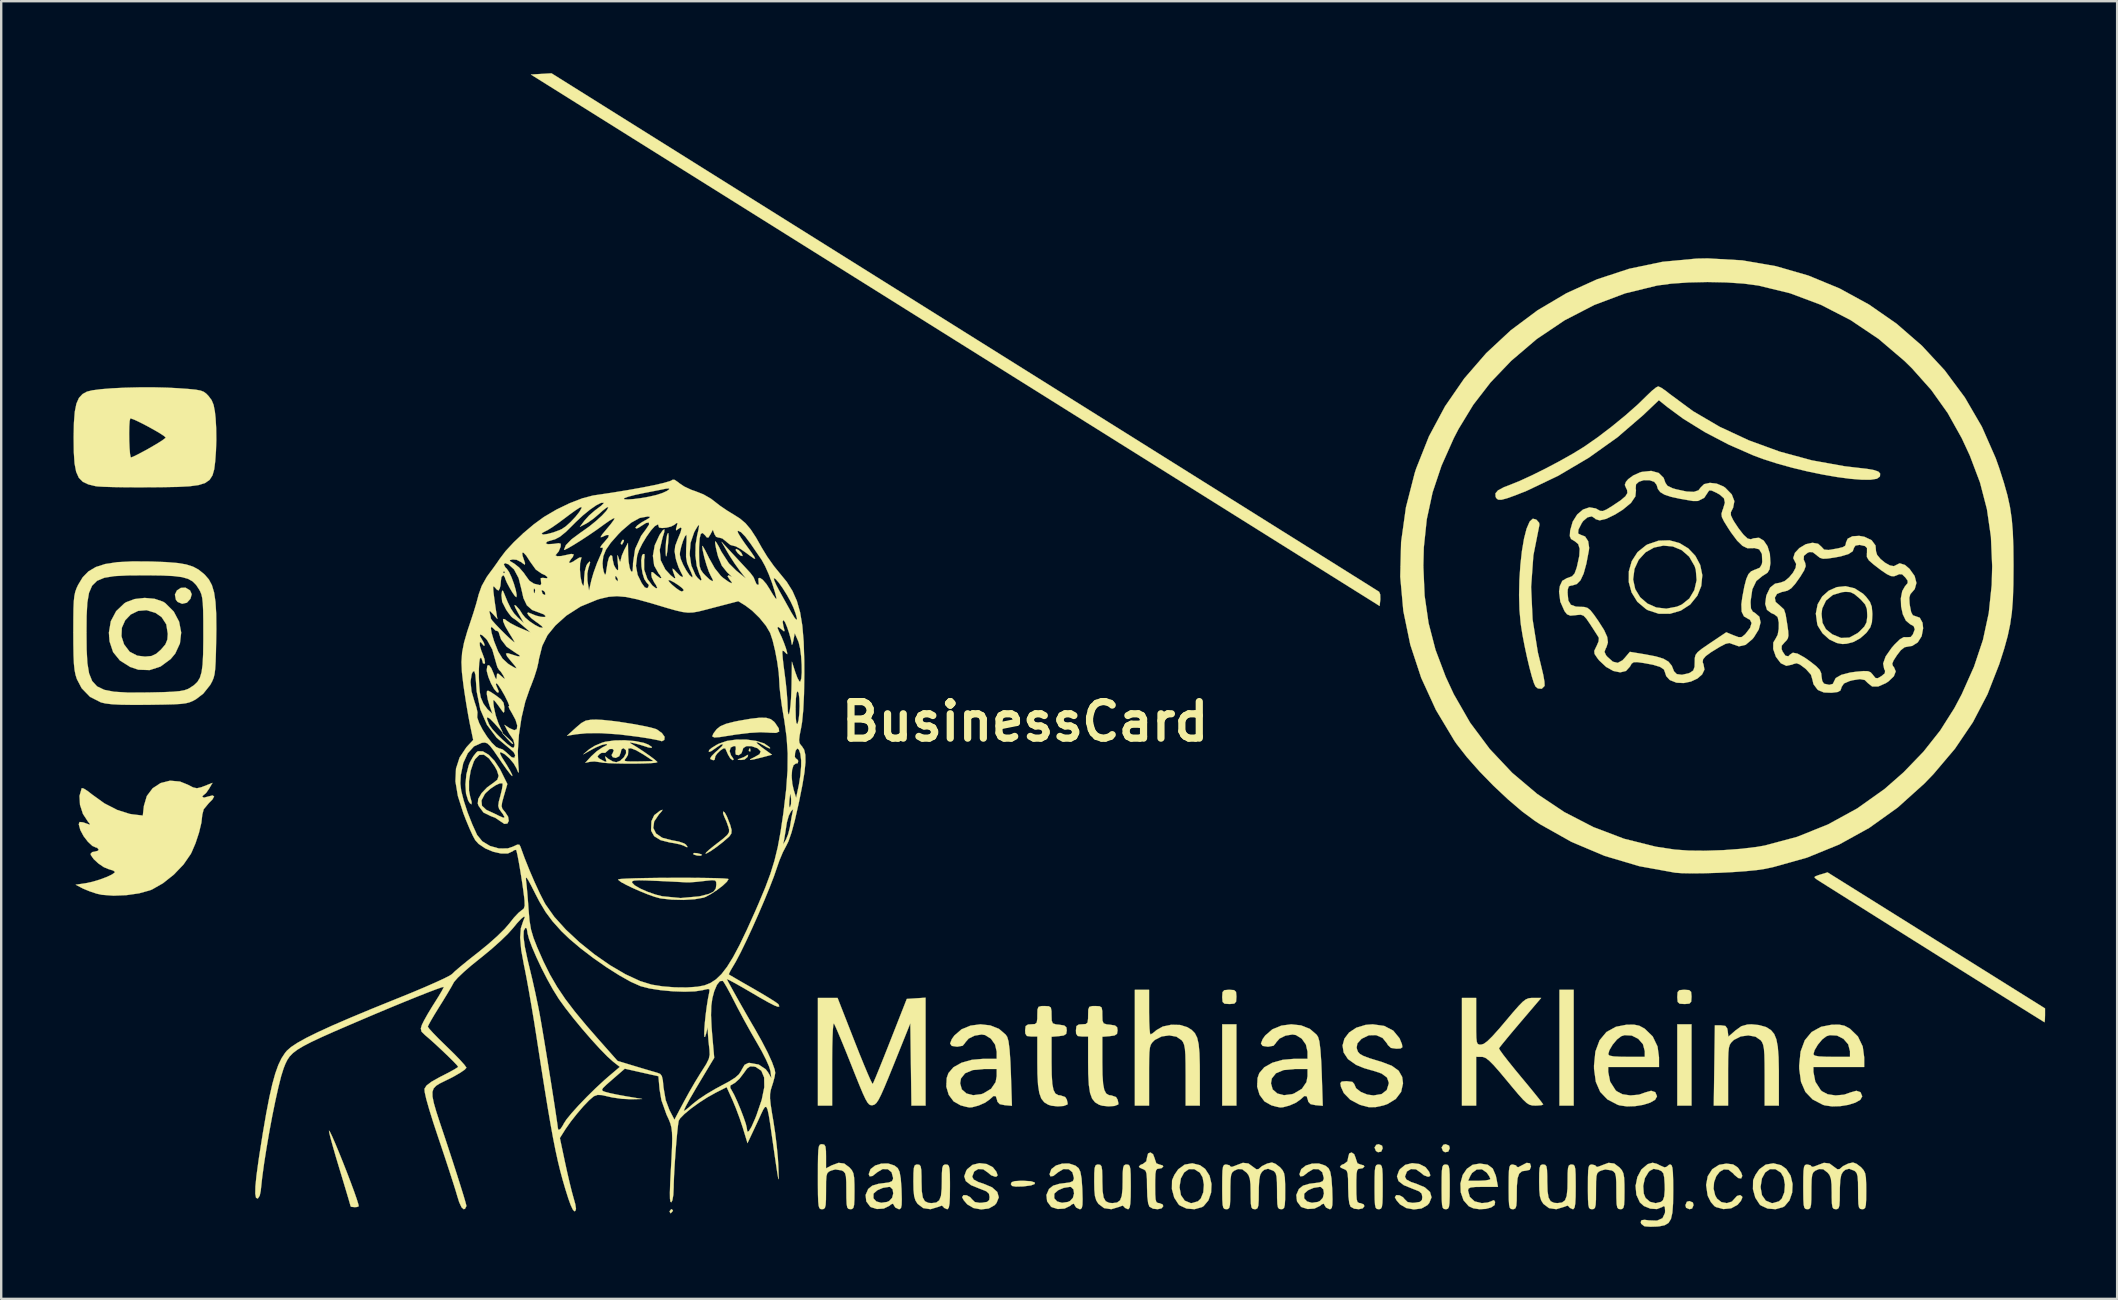
<source format=kicad_pcb>
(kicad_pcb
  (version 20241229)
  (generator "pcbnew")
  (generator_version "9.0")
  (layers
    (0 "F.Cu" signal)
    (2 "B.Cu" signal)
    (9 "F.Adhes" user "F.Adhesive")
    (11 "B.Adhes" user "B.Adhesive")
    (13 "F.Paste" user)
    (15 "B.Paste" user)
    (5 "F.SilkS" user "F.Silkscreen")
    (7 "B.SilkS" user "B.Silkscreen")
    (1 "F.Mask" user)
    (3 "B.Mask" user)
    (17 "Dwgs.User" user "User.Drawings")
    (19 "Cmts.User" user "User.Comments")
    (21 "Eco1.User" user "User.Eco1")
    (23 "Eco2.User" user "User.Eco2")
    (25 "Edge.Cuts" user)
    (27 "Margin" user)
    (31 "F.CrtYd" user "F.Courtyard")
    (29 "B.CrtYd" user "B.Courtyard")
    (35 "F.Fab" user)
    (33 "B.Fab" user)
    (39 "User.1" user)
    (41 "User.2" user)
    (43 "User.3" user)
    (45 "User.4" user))
  (footprint "BusinessCard"
    (layer "F.Cu")
    (at 39.671 27.022)
    (property "Reference" "BusinessCard" (at 0 0 0) (layer "F.SilkS") (effects (font (size 1.524 1.524) (thickness 0.3))))
    (attr through_hole)
    (fp_poly (pts (xy 8.805 16.002) (xy 8.213 16.002) (xy 8.213 12.615) (xy 8.805 12.615) (xy 8.805 16.002)) (stroke (width 0.01) (type solid)) (fill yes) (layer "F.SilkS"))
    (fp_poly (pts (xy 22.86 16.002) (xy 22.267 16.002) (xy 22.267 11.176) (xy 22.86 11.176) (xy 22.86 16.002)) (stroke (width 0.01) (type solid)) (fill yes) (layer "F.SilkS"))
    (fp_poly (pts (xy 27.771 16.002) (xy 27.178 16.002) (xy 27.178 12.615) (xy 27.771 12.615) (xy 27.771 16.002)) (stroke (width 0.01) (type solid)) (fill yes) (layer "F.SilkS"))
    (fp_poly (pts (xy -11.458 1.129) (xy -11.448 1.229) (xy -11.458 1.242) (xy -11.509 1.23) (xy -11.515 1.185) (xy -11.484 1.116) (xy -11.458 1.129)) (stroke (width 0.01) (type solid)) (fill yes) (layer "F.SilkS"))
    (fp_poly (pts (xy -16.717 -7.563) (xy -16.732 -7.497) (xy -16.8 -7.378) (xy -16.844 -7.398) (xy -16.849 -7.446) (xy -16.787 -7.56) (xy -16.765 -7.577) (xy -16.717 -7.563)) (stroke (width 0.01) (type solid)) (fill yes) (layer "F.SilkS"))
    (fp_poly (pts (xy -21.569 0.671) (xy -21.392 0.836) (xy -21.337 0.917) (xy -21.364 0.931) (xy -21.432 0.875) (xy -21.564 0.734) (xy -21.596 0.699) (xy -21.802 0.466) (xy -21.569 0.671)) (stroke (width 0.01) (type solid)) (fill yes) (layer "F.SilkS"))
    (fp_poly (pts (xy -14.676 20.372) (xy -14.69 20.405) (xy -14.766 20.485) (xy -14.779 20.489) (xy -14.816 20.424) (xy -14.817 20.405) (xy -14.752 20.323) (xy -14.727 20.32) (xy -14.676 20.372)) (stroke (width 0.01) (type solid)) (fill yes) (layer "F.SilkS"))
    (fp_poly (pts (xy -13.671 5.483) (xy -13.514 5.524) (xy -13.462 5.556) (xy -13.529 5.589) (xy -13.671 5.581) (xy -13.801 5.543) (xy -13.835 5.516) (xy -13.801 5.475) (xy -13.671 5.483)) (stroke (width 0.01) (type solid)) (fill yes) (layer "F.SilkS"))
    (fp_poly (pts (xy -11.934 -7.145) (xy -11.825 -7.032) (xy -11.776 -6.925) (xy -11.785 -6.898) (xy -11.864 -6.922) (xy -11.98 -7.027) (xy -12.063 -7.148) (xy -12.046 -7.197) (xy -11.934 -7.145)) (stroke (width 0.01) (type solid)) (fill yes) (layer "F.SilkS"))
    (fp_poly (pts (xy 14.874 17.671) (xy 14.901 17.78) (xy 14.84 17.92) (xy 14.706 17.946) (xy 14.619 17.893) (xy 14.561 17.749) (xy 14.635 17.635) (xy 14.732 17.611) (xy 14.874 17.671)) (stroke (width 0.01) (type solid)) (fill yes) (layer "F.SilkS"))
    (fp_poly (pts (xy 17.668 17.671) (xy 17.695 17.78) (xy 17.634 17.92) (xy 17.5 17.946) (xy 17.413 17.893) (xy 17.355 17.749) (xy 17.429 17.635) (xy 17.526 17.611) (xy 17.668 17.671)) (stroke (width 0.01) (type solid)) (fill yes) (layer "F.SilkS"))
    (fp_poly (pts (xy 27.828 20.041) (xy 27.855 20.151) (xy 27.795 20.292) (xy 27.686 20.32) (xy 27.544 20.26) (xy 27.517 20.151) (xy 27.577 20.009) (xy 27.686 19.981) (xy 27.828 20.041)) (stroke (width 0.01) (type solid)) (fill yes) (layer "F.SilkS"))
    (fp_poly (pts (xy -11.564 1.47) (xy -11.689 1.578) (xy -11.841 1.599) (xy -11.977 1.586) (xy -11.952 1.563) (xy -11.896 1.547) (xy -11.7 1.47) (xy -11.619 1.418) (xy -11.545 1.381) (xy -11.564 1.47)) (stroke (width 0.01) (type solid)) (fill yes) (layer "F.SilkS"))
    (fp_poly (pts (xy -14.859 -7.723) (xy -14.876 -7.451) (xy -14.911 -7.112) (xy -14.942 -6.921) (xy -14.965 -6.883) (xy -14.979 -7.002) (xy -14.98 -7.246) (xy -14.962 -7.529) (xy -14.923 -7.763) (xy -14.901 -7.832) (xy -14.868 -7.855) (xy -14.859 -7.723)) (stroke (width 0.01) (type solid)) (fill yes) (layer "F.SilkS"))
    (fp_poly (pts (xy -34.806 -5.471) (xy -34.796 -5.458) (xy -34.732 -5.31) (xy -34.784 -5.12) (xy -34.932 -4.955) (xy -35.131 -4.91) (xy -35.319 -4.988) (xy -35.391 -5.08) (xy -35.432 -5.292) (xy -35.349 -5.465) (xy -35.187 -5.572) (xy -34.991 -5.583) (xy -34.806 -5.471)) (stroke (width 0.01) (type solid)) (fill yes) (layer "F.SilkS"))
    (fp_poly (pts (xy 0.242 19.155) (xy 0.4 19.205) (xy 0.401 19.268) (xy 0.245 19.328) (xy -0.063 19.369) (xy -0.113 19.372) (xy -0.392 19.378) (xy -0.54 19.353) (xy -0.591 19.289) (xy -0.593 19.266) (xy -0.557 19.191) (xy -0.43 19.15) (xy -0.176 19.135) (xy -0.078 19.135) (xy 0.242 19.155)) (stroke (width 0.01) (type solid)) (fill yes) (layer "F.SilkS"))
    (fp_poly (pts (xy 8.708 11.189) (xy 8.789 11.263) (xy 8.805 11.45) (xy 8.805 11.472) (xy 8.792 11.671) (xy 8.718 11.752) (xy 8.532 11.769) (xy 8.509 11.769) (xy 8.31 11.756) (xy 8.229 11.682) (xy 8.213 11.495) (xy 8.213 11.472) (xy 8.226 11.274) (xy 8.3 11.192) (xy 8.486 11.176) (xy 8.509 11.176) (xy 8.708 11.189)) (stroke (width 0.01) (type solid)) (fill yes) (layer "F.SilkS"))
    (fp_poly (pts (xy 27.673 11.189) (xy 27.754 11.263) (xy 27.771 11.45) (xy 27.771 11.472) (xy 27.758 11.671) (xy 27.684 11.752) (xy 27.497 11.769) (xy 27.474 11.769) (xy 27.276 11.756) (xy 27.194 11.682) (xy 27.178 11.495) (xy 27.178 11.472) (xy 27.191 11.274) (xy 27.265 11.192) (xy 27.452 11.176) (xy 27.474 11.176) (xy 27.673 11.189)) (stroke (width 0.01) (type solid)) (fill yes) (layer "F.SilkS"))
    (fp_poly (pts (xy 14.806 18.468) (xy 14.855 18.52) (xy 14.883 18.642) (xy 14.897 18.863) (xy 14.901 19.213) (xy 14.901 19.389) (xy 14.899 19.796) (xy 14.89 20.064) (xy 14.868 20.221) (xy 14.828 20.296) (xy 14.764 20.319) (xy 14.732 20.32) (xy 14.658 20.309) (xy 14.609 20.258) (xy 14.581 20.136) (xy 14.567 19.914) (xy 14.563 19.564) (xy 14.563 19.389) (xy 14.565 18.981) (xy 14.574 18.714) (xy 14.596 18.557) (xy 14.636 18.482) (xy 14.7 18.458) (xy 14.732 18.457) (xy 14.806 18.468)) (stroke (width 0.01) (type solid)) (fill yes) (layer "F.SilkS"))
    (fp_poly (pts (xy 17.6 18.468) (xy 17.649 18.52) (xy 17.677 18.642) (xy 17.691 18.863) (xy 17.695 19.213) (xy 17.695 19.389) (xy 17.693 19.796) (xy 17.684 20.064) (xy 17.662 20.221) (xy 17.622 20.296) (xy 17.558 20.319) (xy 17.526 20.32) (xy 17.452 20.309) (xy 17.403 20.258) (xy 17.375 20.136) (xy 17.361 19.914) (xy 17.357 19.564) (xy 17.357 19.389) (xy 17.359 18.981) (xy 17.368 18.714) (xy 17.39 18.557) (xy 17.43 18.482) (xy 17.494 18.458) (xy 17.526 18.457) (xy 17.6 18.468)) (stroke (width 0.01) (type solid)) (fill yes) (layer "F.SilkS"))
    (fp_poly (pts (xy -10.791 -0.158) (xy -10.602 -0.102) (xy -10.463 0.004) (xy -10.42 0.054) (xy -10.268 0.28) (xy -10.251 0.415) (xy -10.378 0.471) (xy -10.657 0.462) (xy -10.689 0.458) (xy -11.033 0.443) (xy -11.48 0.47) (xy -12.05 0.539) (xy -12.721 0.645) (xy -12.95 0.662) (xy -13.038 0.615) (xy -13.039 0.608) (xy -12.986 0.488) (xy -12.858 0.321) (xy -12.848 0.31) (xy -12.695 0.189) (xy -12.463 0.091) (xy -12.116 0.003) (xy -11.938 -0.033) (xy -11.43 -0.121) (xy -11.057 -0.163) (xy -10.791 -0.158)) (stroke (width 0.01) (type solid)) (fill yes) (layer "F.SilkS"))
    (fp_poly (pts (xy -15.136 3.727) (xy -15.261 3.867) (xy -15.459 4.161) (xy -15.496 4.433) (xy -15.381 4.664) (xy -15.122 4.841) (xy -14.728 4.944) (xy -14.707 4.947) (xy -14.428 5.001) (xy -14.213 5.075) (xy -14.135 5.128) (xy -14.065 5.23) (xy -14.118 5.228) (xy -14.224 5.172) (xy -14.377 5.119) (xy -14.63 5.065) (xy -14.805 5.038) (xy -15.193 4.94) (xy -15.458 4.775) (xy -15.583 4.554) (xy -15.588 4.508) (xy -15.573 4.15) (xy -15.456 3.899) (xy -15.219 3.717) (xy -15.205 3.71) (xy -15.114 3.674) (xy -15.136 3.727)) (stroke (width 0.01) (type solid)) (fill yes) (layer "F.SilkS"))
    (fp_poly (pts (xy -12.522 3.784) (xy -12.437 3.937) (xy -12.415 3.987) (xy -12.289 4.309) (xy -12.233 4.519) (xy -12.242 4.66) (xy -12.317 4.773) (xy -12.377 4.832) (xy -12.616 5.036) (xy -12.872 5.234) (xy -13.104 5.395) (xy -13.271 5.49) (xy -13.317 5.503) (xy -13.295 5.457) (xy -13.162 5.334) (xy -12.944 5.157) (xy -12.845 5.081) (xy -12.572 4.869) (xy -12.412 4.724) (xy -12.341 4.612) (xy -12.337 4.502) (xy -12.358 4.416) (xy -12.446 4.165) (xy -12.528 3.984) (xy -12.588 3.825) (xy -12.581 3.747) (xy -12.522 3.784)) (stroke (width 0.01) (type solid)) (fill yes) (layer "F.SilkS"))
    (fp_poly (pts (xy -28.967 17.103) (xy -28.876 17.292) (xy -28.749 17.583) (xy -28.597 17.948) (xy -28.431 18.36) (xy -28.263 18.788) (xy -28.103 19.207) (xy -27.963 19.586) (xy -27.854 19.898) (xy -27.787 20.114) (xy -27.771 20.197) (xy -27.842 20.228) (xy -27.94 20.235) (xy -28.078 20.221) (xy -28.109 20.201) (xy -28.133 20.113) (xy -28.198 19.889) (xy -28.298 19.553) (xy -28.424 19.133) (xy -28.569 18.653) (xy -28.578 18.624) (xy -28.723 18.141) (xy -28.845 17.717) (xy -28.939 17.376) (xy -28.997 17.144) (xy -29.012 17.046) (xy -29.011 17.045) (xy -28.967 17.103)) (stroke (width 0.01) (type solid)) (fill yes) (layer "F.SilkS"))
    (fp_poly (pts (xy -2.53 -16.239) (xy -0.968 -15.261) (xy 0.557 -14.306) (xy 2.037 -13.378) (xy 3.468 -12.482) (xy 4.843 -11.621) (xy 6.155 -10.799) (xy 7.398 -10.02) (xy 8.566 -9.288) (xy 9.653 -8.607) (xy 10.653 -7.98) (xy 11.559 -7.413) (xy 12.365 -6.908) (xy 13.065 -6.469) (xy 13.652 -6.101) (xy 14.121 -5.807) (xy 14.465 -5.591) (xy 14.678 -5.457) (xy 14.753 -5.41) (xy 14.798 -5.298) (xy 14.803 -5.098) (xy 14.802 -5.088) (xy 14.774 -4.818) (xy -2.911 -15.892) (xy -20.597 -26.966) (xy -20.167 -26.992) (xy -19.737 -27.017) (xy -2.53 -16.239)) (stroke (width 0.01) (type solid)) (fill yes) (layer "F.SilkS"))
    (fp_poly (pts (xy -17.591 -0.069) (xy -17.214 -0.029) (xy -16.786 0.029) (xy -16.348 0.099) (xy -15.941 0.174) (xy -15.606 0.246) (xy -15.385 0.31) (xy -15.344 0.328) (xy -15.136 0.478) (xy -15.024 0.635) (xy -15.036 0.761) (xy -15.042 0.767) (xy -15.14 0.819) (xy -15.164 0.81) (xy -15.259 0.782) (xy -15.485 0.737) (xy -15.808 0.681) (xy -16.132 0.631) (xy -16.92 0.533) (xy -17.645 0.484) (xy -18.272 0.485) (xy -18.711 0.528) (xy -19.092 0.591) (xy -18.722 0.253) (xy -18.494 0.06) (xy -18.309 -0.041) (xy -18.093 -0.079) (xy -17.875 -0.084) (xy -17.591 -0.069)) (stroke (width 0.01) (type solid)) (fill yes) (layer "F.SilkS"))
    (fp_poly (pts (xy 21.039 18.407) (xy 21.082 18.542) (xy 21.028 18.679) (xy 20.887 18.711) (xy 20.708 18.738) (xy 20.59 18.836) (xy 20.522 19.031) (xy 20.493 19.352) (xy 20.489 19.617) (xy 20.486 19.962) (xy 20.471 20.171) (xy 20.435 20.278) (xy 20.372 20.316) (xy 20.32 20.32) (xy 20.246 20.309) (xy 20.197 20.258) (xy 20.169 20.136) (xy 20.155 19.914) (xy 20.151 19.564) (xy 20.151 19.389) (xy 20.153 18.981) (xy 20.162 18.714) (xy 20.184 18.557) (xy 20.224 18.482) (xy 20.288 18.458) (xy 20.32 18.457) (xy 20.458 18.495) (xy 20.489 18.547) (xy 20.546 18.572) (xy 20.678 18.504) (xy 20.901 18.388) (xy 21.039 18.407)) (stroke (width 0.01) (type solid)) (fill yes) (layer "F.SilkS"))
    (fp_poly (pts (xy 37.971 9.117) (xy 42.503 11.952) (xy 42.503 12.241) (xy 42.497 12.434) (xy 42.484 12.527) (xy 42.481 12.528) (xy 42.408 12.484) (xy 42.203 12.357) (xy 41.879 12.155) (xy 41.447 11.886) (xy 40.92 11.557) (xy 40.31 11.175) (xy 39.628 10.748) (xy 38.887 10.284) (xy 38.099 9.79) (xy 37.824 9.617) (xy 37.016 9.11) (xy 36.248 8.628) (xy 35.532 8.178) (xy 34.88 7.768) (xy 34.305 7.407) (xy 33.819 7.101) (xy 33.435 6.859) (xy 33.166 6.689) (xy 33.024 6.599) (xy 33.008 6.589) (xy 32.901 6.508) (xy 32.913 6.456) (xy 33.062 6.398) (xy 33.134 6.376) (xy 33.439 6.283) (xy 37.971 9.117)) (stroke (width 0.01) (type solid)) (fill yes) (layer "F.SilkS"))
    (fp_poly (pts (xy 21.292 -8.422) (xy 21.31 -8.411) (xy 21.421 -8.286) (xy 21.433 -8.199) (xy 21.181 -6.929) (xy 21.086 -5.61) (xy 21.148 -4.259) (xy 21.366 -2.891) (xy 21.517 -2.265) (xy 21.594 -1.941) (xy 21.641 -1.67) (xy 21.649 -1.501) (xy 21.644 -1.482) (xy 21.53 -1.369) (xy 21.368 -1.382) (xy 21.27 -1.46) (xy 21.204 -1.604) (xy 21.117 -1.879) (xy 21.018 -2.251) (xy 20.915 -2.685) (xy 20.816 -3.147) (xy 20.729 -3.601) (xy 20.663 -4.013) (xy 20.651 -4.105) (xy 20.601 -4.661) (xy 20.585 -5.272) (xy 20.598 -5.904) (xy 20.639 -6.529) (xy 20.704 -7.113) (xy 20.791 -7.627) (xy 20.897 -8.04) (xy 21.018 -8.32) (xy 21.039 -8.351) (xy 21.158 -8.457) (xy 21.292 -8.422)) (stroke (width 0.01) (type solid)) (fill yes) (layer "F.SilkS"))
    (fp_poly (pts (xy 7.287 18.486) (xy 7.502 18.64) (xy 7.686 18.923) (xy 7.767 19.269) (xy 7.75 19.628) (xy 7.639 19.951) (xy 7.439 20.19) (xy 7.371 20.233) (xy 7.06 20.32) (xy 6.727 20.293) (xy 6.444 20.162) (xy 6.394 20.118) (xy 6.213 19.837) (xy 6.116 19.48) (xy 6.117 19.407) (xy 6.435 19.407) (xy 6.493 19.736) (xy 6.653 19.964) (xy 6.894 20.064) (xy 6.943 20.066) (xy 7.202 19.991) (xy 7.319 19.878) (xy 7.425 19.616) (xy 7.45 19.299) (xy 7.397 18.998) (xy 7.281 18.796) (xy 7.048 18.649) (xy 6.822 18.652) (xy 6.628 18.787) (xy 6.49 19.037) (xy 6.435 19.384) (xy 6.435 19.407) (xy 6.117 19.407) (xy 6.122 19.128) (xy 6.13 19.097) (xy 6.221 18.889) (xy 6.373 18.667) (xy 6.384 18.654) (xy 6.649 18.462) (xy 6.967 18.407) (xy 7.287 18.486)) (stroke (width 0.01) (type solid)) (fill yes) (layer "F.SilkS"))
    (fp_poly (pts (xy 29.502 18.453) (xy 29.689 18.574) (xy 29.727 18.617) (xy 29.843 18.797) (xy 29.887 18.932) (xy 29.84 19.039) (xy 29.719 19.021) (xy 29.556 18.888) (xy 29.503 18.825) (xy 29.312 18.673) (xy 29.119 18.661) (xy 28.943 18.762) (xy 28.801 18.948) (xy 28.711 19.192) (xy 28.69 19.465) (xy 28.756 19.74) (xy 28.834 19.878) (xy 29.017 20.025) (xy 29.245 20.067) (xy 29.453 20.002) (xy 29.549 19.897) (xy 29.666 19.769) (xy 29.796 19.73) (xy 29.88 19.791) (xy 29.887 19.84) (xy 29.83 19.972) (xy 29.692 20.135) (xy 29.691 20.136) (xy 29.425 20.282) (xy 29.101 20.315) (xy 28.793 20.232) (xy 28.723 20.19) (xy 28.578 20.024) (xy 28.456 19.782) (xy 28.44 19.732) (xy 28.379 19.311) (xy 28.448 18.944) (xy 28.633 18.655) (xy 28.916 18.472) (xy 29.224 18.419) (xy 29.502 18.453)) (stroke (width 0.01) (type solid)) (fill yes) (layer "F.SilkS"))
    (fp_poly (pts (xy 31.502 18.486) (xy 31.717 18.64) (xy 31.901 18.923) (xy 31.982 19.269) (xy 31.965 19.628) (xy 31.854 19.951) (xy 31.653 20.19) (xy 31.585 20.233) (xy 31.275 20.32) (xy 30.941 20.293) (xy 30.658 20.162) (xy 30.609 20.118) (xy 30.428 19.837) (xy 30.33 19.48) (xy 30.332 19.407) (xy 30.649 19.407) (xy 30.707 19.736) (xy 30.867 19.964) (xy 31.109 20.064) (xy 31.157 20.066) (xy 31.417 19.991) (xy 31.534 19.878) (xy 31.639 19.616) (xy 31.664 19.299) (xy 31.611 18.998) (xy 31.496 18.796) (xy 31.263 18.649) (xy 31.036 18.652) (xy 30.842 18.787) (xy 30.705 19.037) (xy 30.65 19.384) (xy 30.649 19.407) (xy 30.332 19.407) (xy 30.337 19.128) (xy 30.344 19.097) (xy 30.436 18.889) (xy 30.588 18.667) (xy 30.599 18.654) (xy 30.864 18.462) (xy 31.182 18.407) (xy 31.502 18.486)) (stroke (width 0.01) (type solid)) (fill yes) (layer "F.SilkS"))
    (fp_poly (pts (xy 5.332 18.029) (xy 5.401 18.209) (xy 5.403 18.225) (xy 5.467 18.408) (xy 5.594 18.457) (xy 5.728 18.494) (xy 5.757 18.542) (xy 5.686 18.611) (xy 5.588 18.627) (xy 5.506 18.64) (xy 5.455 18.702) (xy 5.429 18.847) (xy 5.42 19.106) (xy 5.419 19.346) (xy 5.422 19.696) (xy 5.436 19.91) (xy 5.47 20.021) (xy 5.531 20.061) (xy 5.588 20.066) (xy 5.726 20.119) (xy 5.757 20.193) (xy 5.688 20.284) (xy 5.524 20.32) (xy 5.332 20.299) (xy 5.182 20.218) (xy 5.127 20.075) (xy 5.092 19.79) (xy 5.08 19.406) (xy 5.076 19.056) (xy 5.059 18.839) (xy 5.021 18.721) (xy 4.954 18.666) (xy 4.911 18.651) (xy 4.774 18.588) (xy 4.741 18.542) (xy 4.812 18.471) (xy 4.911 18.433) (xy 5.049 18.325) (xy 5.08 18.163) (xy 5.124 17.997) (xy 5.224 17.955) (xy 5.332 18.029)) (stroke (width 0.01) (type solid)) (fill yes) (layer "F.SilkS"))
    (fp_poly (pts (xy 13.714 18.029) (xy 13.783 18.209) (xy 13.785 18.225) (xy 13.849 18.408) (xy 13.976 18.457) (xy 14.11 18.494) (xy 14.139 18.542) (xy 14.068 18.611) (xy 13.97 18.627) (xy 13.888 18.64) (xy 13.837 18.702) (xy 13.811 18.847) (xy 13.802 19.106) (xy 13.801 19.346) (xy 13.804 19.696) (xy 13.818 19.91) (xy 13.852 20.021) (xy 13.913 20.061) (xy 13.97 20.066) (xy 14.108 20.119) (xy 14.139 20.193) (xy 14.07 20.284) (xy 13.906 20.32) (xy 13.714 20.299) (xy 13.564 20.218) (xy 13.509 20.075) (xy 13.474 19.79) (xy 13.462 19.406) (xy 13.458 19.056) (xy 13.441 18.839) (xy 13.403 18.721) (xy 13.336 18.666) (xy 13.293 18.651) (xy 13.156 18.588) (xy 13.123 18.542) (xy 13.194 18.471) (xy 13.293 18.433) (xy 13.431 18.325) (xy 13.462 18.163) (xy 13.506 17.997) (xy 13.606 17.955) (xy 13.714 18.029)) (stroke (width 0.01) (type solid)) (fill yes) (layer "F.SilkS"))
    (fp_poly (pts (xy 5.165 12.107) (xy 5.17 12.482) (xy 5.183 12.784) (xy 5.203 12.981) (xy 5.223 13.039) (xy 5.319 12.986) (xy 5.471 12.86) (xy 5.474 12.857) (xy 5.738 12.707) (xy 6.088 12.633) (xy 6.455 12.642) (xy 6.758 12.734) (xy 6.94 12.847) (xy 7.075 12.985) (xy 7.17 13.175) (xy 7.231 13.443) (xy 7.265 13.813) (xy 7.279 14.311) (xy 7.281 14.685) (xy 7.281 16.002) (xy 6.689 16.002) (xy 6.689 14.741) (xy 6.686 14.244) (xy 6.678 13.885) (xy 6.659 13.638) (xy 6.627 13.471) (xy 6.579 13.355) (xy 6.527 13.281) (xy 6.306 13.13) (xy 6.007 13.077) (xy 5.69 13.121) (xy 5.414 13.261) (xy 5.374 13.294) (xy 5.293 13.377) (xy 5.236 13.466) (xy 5.199 13.592) (xy 5.178 13.784) (xy 5.168 14.071) (xy 5.165 14.483) (xy 5.165 14.747) (xy 5.165 16.002) (xy 4.572 16.002) (xy 4.572 11.176) (xy 5.165 11.176) (xy 5.165 12.107)) (stroke (width 0.01) (type solid)) (fill yes) (layer "F.SilkS"))
    (fp_poly (pts (xy 30.578 12.646) (xy 30.856 12.722) (xy 30.914 12.748) (xy 31.088 12.863) (xy 31.218 13.021) (xy 31.308 13.244) (xy 31.367 13.557) (xy 31.399 13.985) (xy 31.411 14.55) (xy 31.411 14.729) (xy 31.411 16.002) (xy 30.819 16.002) (xy 30.819 14.741) (xy 30.816 14.244) (xy 30.808 13.885) (xy 30.789 13.638) (xy 30.757 13.471) (xy 30.709 13.355) (xy 30.657 13.281) (xy 30.436 13.13) (xy 30.137 13.077) (xy 29.82 13.121) (xy 29.544 13.261) (xy 29.504 13.294) (xy 29.423 13.377) (xy 29.366 13.466) (xy 29.329 13.592) (xy 29.308 13.784) (xy 29.298 14.071) (xy 29.295 14.483) (xy 29.295 14.747) (xy 29.295 16.002) (xy 28.698 16.002) (xy 28.721 14.33) (xy 28.744 12.658) (xy 28.998 12.658) (xy 29.184 12.683) (xy 29.262 12.793) (xy 29.279 12.894) (xy 29.307 13.13) (xy 29.6 12.873) (xy 29.847 12.695) (xy 30.101 12.623) (xy 30.275 12.615) (xy 30.578 12.646)) (stroke (width 0.01) (type solid)) (fill yes) (layer "F.SilkS"))
    (fp_poly (pts (xy -36.278 -5.118) (xy -35.927 -4.998) (xy -35.836 -4.941) (xy -35.48 -4.586) (xy -35.257 -4.166) (xy -35.17 -3.713) (xy -35.222 -3.259) (xy -35.417 -2.837) (xy -35.611 -2.604) (xy -36.031 -2.295) (xy -36.484 -2.147) (xy -36.956 -2.163) (xy -37.296 -2.277) (xy -37.723 -2.546) (xy -38.008 -2.897) (xy -38.156 -3.344) (xy -38.172 -3.553) (xy -37.659 -3.553) (xy -37.55 -3.218) (xy -37.318 -2.913) (xy -37 -2.748) (xy -36.676 -2.709) (xy -36.411 -2.733) (xy -36.208 -2.829) (xy -36.017 -2.997) (xy -35.83 -3.215) (xy -35.746 -3.422) (xy -35.729 -3.656) (xy -35.791 -4.054) (xy -35.985 -4.353) (xy -36.238 -4.53) (xy -36.612 -4.644) (xy -36.965 -4.614) (xy -37.271 -4.465) (xy -37.505 -4.221) (xy -37.643 -3.909) (xy -37.659 -3.553) (xy -38.172 -3.553) (xy -38.183 -3.71) (xy -38.103 -4.183) (xy -37.881 -4.603) (xy -37.54 -4.928) (xy -37.463 -4.976) (xy -37.11 -5.108) (xy -36.693 -5.155) (xy -36.278 -5.118)) (stroke (width 0.01) (type solid)) (fill yes) (layer "F.SilkS"))
    (fp_poly (pts (xy -3.228 18.468) (xy -3.179 18.52) (xy -3.151 18.642) (xy -3.137 18.863) (xy -3.133 19.213) (xy -3.133 19.389) (xy -3.137 19.81) (xy -3.151 20.088) (xy -3.18 20.247) (xy -3.225 20.314) (xy -3.253 20.32) (xy -3.382 20.262) (xy -3.405 20.223) (xy -3.471 20.169) (xy -3.618 20.223) (xy -3.942 20.32) (xy -4.245 20.275) (xy -4.481 20.097) (xy -4.572 19.953) (xy -4.625 19.773) (xy -4.651 19.512) (xy -4.657 19.166) (xy -4.653 18.819) (xy -4.638 18.608) (xy -4.604 18.5) (xy -4.541 18.461) (xy -4.487 18.457) (xy -4.404 18.471) (xy -4.354 18.534) (xy -4.328 18.681) (xy -4.319 18.944) (xy -4.318 19.16) (xy -4.307 19.567) (xy -4.264 19.834) (xy -4.178 19.987) (xy -4.035 20.055) (xy -3.895 20.066) (xy -3.704 20.042) (xy -3.58 19.951) (xy -3.508 19.767) (xy -3.477 19.461) (xy -3.471 19.16) (xy -3.468 18.815) (xy -3.453 18.606) (xy -3.417 18.499) (xy -3.354 18.461) (xy -3.302 18.457) (xy -3.228 18.468)) (stroke (width 0.01) (type solid)) (fill yes) (layer "F.SilkS"))
    (fp_poly (pts (xy 4.307 18.468) (xy 4.356 18.52) (xy 4.385 18.642) (xy 4.398 18.863) (xy 4.402 19.213) (xy 4.403 19.389) (xy 4.399 19.81) (xy 4.384 20.088) (xy 4.356 20.247) (xy 4.311 20.314) (xy 4.283 20.32) (xy 4.154 20.262) (xy 4.131 20.223) (xy 4.064 20.169) (xy 3.917 20.223) (xy 3.594 20.32) (xy 3.29 20.275) (xy 3.054 20.097) (xy 2.964 19.953) (xy 2.91 19.773) (xy 2.885 19.512) (xy 2.879 19.166) (xy 2.882 18.819) (xy 2.897 18.608) (xy 2.932 18.5) (xy 2.994 18.461) (xy 3.048 18.457) (xy 3.131 18.471) (xy 3.182 18.534) (xy 3.207 18.681) (xy 3.216 18.944) (xy 3.217 19.16) (xy 3.229 19.567) (xy 3.271 19.834) (xy 3.357 19.987) (xy 3.5 20.055) (xy 3.641 20.066) (xy 3.831 20.042) (xy 3.956 19.951) (xy 4.027 19.767) (xy 4.059 19.461) (xy 4.064 19.16) (xy 4.067 18.815) (xy 4.083 18.606) (xy 4.118 18.499) (xy 4.181 18.461) (xy 4.233 18.457) (xy 4.307 18.468)) (stroke (width 0.01) (type solid)) (fill yes) (layer "F.SilkS"))
    (fp_poly (pts (xy 22.849 18.468) (xy 22.898 18.52) (xy 22.927 18.642) (xy 22.94 18.863) (xy 22.944 19.213) (xy 22.945 19.389) (xy 22.941 19.81) (xy 22.926 20.088) (xy 22.898 20.247) (xy 22.853 20.314) (xy 22.825 20.32) (xy 22.696 20.262) (xy 22.673 20.223) (xy 22.606 20.169) (xy 22.459 20.223) (xy 22.136 20.32) (xy 21.832 20.275) (xy 21.596 20.097) (xy 21.506 19.953) (xy 21.452 19.773) (xy 21.427 19.512) (xy 21.421 19.166) (xy 21.424 18.819) (xy 21.439 18.608) (xy 21.474 18.5) (xy 21.536 18.461) (xy 21.59 18.457) (xy 21.673 18.471) (xy 21.724 18.534) (xy 21.749 18.681) (xy 21.758 18.944) (xy 21.759 19.16) (xy 21.771 19.567) (xy 21.813 19.834) (xy 21.899 19.987) (xy 22.042 20.055) (xy 22.183 20.066) (xy 22.373 20.042) (xy 22.498 19.951) (xy 22.569 19.767) (xy 22.601 19.461) (xy 22.606 19.16) (xy 22.609 18.815) (xy 22.625 18.606) (xy 22.66 18.499) (xy 22.723 18.461) (xy 22.775 18.457) (xy 22.849 18.468)) (stroke (width 0.01) (type solid)) (fill yes) (layer "F.SilkS"))
    (fp_poly (pts (xy 27.273 -7.439) (xy 27.639 -7.216) (xy 27.932 -6.906) (xy 28.133 -6.528) (xy 28.221 -6.103) (xy 28.177 -5.651) (xy 28.014 -5.249) (xy 27.716 -4.88) (xy 27.323 -4.625) (xy 26.872 -4.494) (xy 26.403 -4.496) (xy 25.954 -4.643) (xy 25.875 -4.688) (xy 25.513 -4.994) (xy 25.274 -5.381) (xy 25.156 -5.814) (xy 25.157 -5.923) (xy 25.337 -5.923) (xy 25.424 -5.523) (xy 25.63 -5.183) (xy 25.93 -4.922) (xy 26.302 -4.757) (xy 26.721 -4.707) (xy 27.162 -4.79) (xy 27.369 -4.88) (xy 27.68 -5.129) (xy 27.889 -5.482) (xy 27.984 -5.895) (xy 27.949 -6.325) (xy 27.901 -6.48) (xy 27.674 -6.873) (xy 27.361 -7.146) (xy 26.991 -7.299) (xy 26.597 -7.334) (xy 26.208 -7.253) (xy 25.856 -7.056) (xy 25.57 -6.745) (xy 25.394 -6.364) (xy 25.337 -5.923) (xy 25.157 -5.923) (xy 25.159 -6.261) (xy 25.281 -6.688) (xy 25.523 -7.064) (xy 25.884 -7.354) (xy 25.933 -7.381) (xy 26.4 -7.541) (xy 26.853 -7.554) (xy 27.273 -7.439)) (stroke (width 0.01) (type solid)) (fill yes) (layer "F.SilkS"))
    (fp_poly (pts (xy 19.279 18.467) (xy 19.488 18.626) (xy 19.614 18.918) (xy 19.641 19.042) (xy 19.705 19.389) (xy 19.081 19.389) (xy 18.757 19.394) (xy 18.568 19.414) (xy 18.48 19.459) (xy 18.457 19.536) (xy 18.457 19.539) (xy 18.532 19.809) (xy 18.734 19.995) (xy 19.029 20.066) (xy 19.038 20.066) (xy 19.27 20.043) (xy 19.43 19.988) (xy 19.445 19.976) (xy 19.538 19.943) (xy 19.586 20.017) (xy 19.565 20.148) (xy 19.42 20.247) (xy 19.195 20.307) (xy 18.932 20.321) (xy 18.675 20.282) (xy 18.488 20.196) (xy 18.27 19.949) (xy 18.154 19.615) (xy 18.141 19.247) (xy 18.17 19.135) (xy 18.461 19.135) (xy 18.925 19.135) (xy 19.179 19.122) (xy 19.348 19.09) (xy 19.389 19.059) (xy 19.34 18.945) (xy 19.234 18.793) (xy 19.036 18.657) (xy 18.816 18.667) (xy 18.624 18.811) (xy 18.558 18.921) (xy 18.461 19.135) (xy 18.17 19.135) (xy 18.234 18.895) (xy 18.409 18.637) (xy 18.646 18.47) (xy 18.943 18.419) (xy 18.964 18.419) (xy 19.279 18.467)) (stroke (width 0.01) (type solid)) (fill yes) (layer "F.SilkS"))
    (fp_poly (pts (xy -1.606 18.436) (xy -1.346 18.57) (xy -1.198 18.759) (xy -1.146 18.909) (xy -1.195 18.961) (xy -1.253 18.965) (xy -1.418 18.905) (xy -1.547 18.796) (xy -1.746 18.657) (xy -1.955 18.646) (xy -2.123 18.748) (xy -2.201 18.95) (xy -2.201 18.976) (xy -2.141 19.086) (xy -1.948 19.188) (xy -1.738 19.257) (xy -1.377 19.409) (xy -1.161 19.602) (xy -1.097 19.825) (xy -1.193 20.062) (xy -1.27 20.151) (xy -1.516 20.29) (xy -1.833 20.329) (xy -2.153 20.271) (xy -2.412 20.117) (xy -2.417 20.112) (xy -2.557 19.948) (xy -2.624 19.824) (xy -2.625 19.816) (xy -2.567 19.734) (xy -2.434 19.74) (xy -2.287 19.821) (xy -2.218 19.902) (xy -2.094 20.022) (xy -1.895 20.055) (xy -1.795 20.05) (xy -1.586 20.016) (xy -1.498 19.939) (xy -1.482 19.812) (xy -1.509 19.672) (xy -1.617 19.574) (xy -1.848 19.482) (xy -1.873 19.473) (xy -2.254 19.318) (xy -2.473 19.148) (xy -2.538 18.95) (xy -2.454 18.716) (xy -2.413 18.652) (xy -2.194 18.472) (xy -1.907 18.401) (xy -1.606 18.436)) (stroke (width 0.01) (type solid)) (fill yes) (layer "F.SilkS"))
    (fp_poly (pts (xy 16.428 18.436) (xy 16.688 18.57) (xy 16.836 18.759) (xy 16.888 18.909) (xy 16.839 18.961) (xy 16.781 18.965) (xy 16.616 18.905) (xy 16.487 18.796) (xy 16.288 18.657) (xy 16.079 18.646) (xy 15.911 18.748) (xy 15.833 18.95) (xy 15.833 18.976) (xy 15.893 19.086) (xy 16.086 19.188) (xy 16.296 19.257) (xy 16.657 19.409) (xy 16.873 19.602) (xy 16.937 19.825) (xy 16.841 20.062) (xy 16.764 20.151) (xy 16.518 20.29) (xy 16.201 20.329) (xy 15.881 20.271) (xy 15.622 20.117) (xy 15.617 20.112) (xy 15.477 19.948) (xy 15.41 19.824) (xy 15.409 19.816) (xy 15.467 19.734) (xy 15.6 19.74) (xy 15.747 19.821) (xy 15.816 19.902) (xy 15.94 20.022) (xy 16.139 20.055) (xy 16.239 20.05) (xy 16.448 20.016) (xy 16.536 19.939) (xy 16.552 19.812) (xy 16.525 19.672) (xy 16.417 19.574) (xy 16.186 19.482) (xy 16.161 19.473) (xy 15.78 19.318) (xy 15.561 19.148) (xy 15.496 18.95) (xy 15.58 18.716) (xy 15.621 18.652) (xy 15.84 18.472) (xy 16.127 18.401) (xy 16.428 18.436)) (stroke (width 0.01) (type solid)) (fill yes) (layer "F.SilkS"))
    (fp_poly (pts (xy 0.987 11.862) (xy 1.073 11.918) (xy 1.099 12.068) (xy 1.101 12.229) (xy 1.108 12.462) (xy 1.155 12.575) (xy 1.282 12.618) (xy 1.418 12.631) (xy 1.629 12.664) (xy 1.719 12.74) (xy 1.736 12.869) (xy 1.712 13.012) (xy 1.61 13.08) (xy 1.418 13.107) (xy 1.101 13.134) (xy 1.101 14.192) (xy 1.108 14.717) (xy 1.133 15.096) (xy 1.182 15.349) (xy 1.261 15.499) (xy 1.377 15.567) (xy 1.479 15.579) (xy 1.671 15.646) (xy 1.738 15.754) (xy 1.771 15.905) (xy 1.765 15.956) (xy 1.603 16.018) (xy 1.354 16.035) (xy 1.096 16.007) (xy 0.964 15.966) (xy 0.796 15.864) (xy 0.673 15.708) (xy 0.59 15.476) (xy 0.538 15.143) (xy 0.513 14.685) (xy 0.508 14.211) (xy 0.508 13.123) (xy 0.254 13.123) (xy 0.074 13.102) (xy 0.008 13.003) (xy 0 12.869) (xy 0.021 12.689) (xy 0.12 12.623) (xy 0.254 12.615) (xy 0.41 12.604) (xy 0.484 12.541) (xy 0.507 12.378) (xy 0.508 12.234) (xy 0.514 12) (xy 0.557 11.889) (xy 0.672 11.856) (xy 0.804 11.853) (xy 0.987 11.862)) (stroke (width 0.01) (type solid)) (fill yes) (layer "F.SilkS"))
    (fp_poly (pts (xy 3.104 11.862) (xy 3.19 11.918) (xy 3.216 12.068) (xy 3.217 12.229) (xy 3.224 12.462) (xy 3.272 12.575) (xy 3.398 12.618) (xy 3.535 12.631) (xy 3.746 12.664) (xy 3.835 12.74) (xy 3.852 12.869) (xy 3.829 13.012) (xy 3.727 13.08) (xy 3.535 13.107) (xy 3.217 13.134) (xy 3.217 14.192) (xy 3.224 14.717) (xy 3.25 15.096) (xy 3.299 15.349) (xy 3.378 15.499) (xy 3.493 15.567) (xy 3.596 15.579) (xy 3.788 15.646) (xy 3.854 15.754) (xy 3.887 15.905) (xy 3.881 15.956) (xy 3.72 16.018) (xy 3.471 16.035) (xy 3.212 16.007) (xy 3.081 15.966) (xy 2.913 15.864) (xy 2.79 15.708) (xy 2.706 15.476) (xy 2.655 15.143) (xy 2.63 14.685) (xy 2.625 14.211) (xy 2.625 13.123) (xy 2.371 13.123) (xy 2.191 13.102) (xy 2.124 13.003) (xy 2.117 12.869) (xy 2.138 12.689) (xy 2.237 12.623) (xy 2.371 12.615) (xy 2.527 12.604) (xy 2.601 12.541) (xy 2.623 12.378) (xy 2.625 12.234) (xy 2.631 12) (xy 2.674 11.889) (xy 2.789 11.856) (xy 2.921 11.853) (xy 3.104 11.862)) (stroke (width 0.01) (type solid)) (fill yes) (layer "F.SilkS"))
    (fp_poly (pts (xy -4.149 16.002) (xy -4.738 16.002) (xy -4.761 14.287) (xy -4.784 12.573) (xy -5.465 14.266) (xy -5.693 14.828) (xy -5.87 15.252) (xy -6.006 15.557) (xy -6.111 15.763) (xy -6.196 15.89) (xy -6.27 15.956) (xy -6.344 15.983) (xy -6.358 15.985) (xy -6.431 15.985) (xy -6.498 15.955) (xy -6.569 15.875) (xy -6.655 15.725) (xy -6.766 15.487) (xy -6.911 15.141) (xy -7.102 14.667) (xy -7.234 14.334) (xy -7.434 13.833) (xy -7.617 13.384) (xy -7.773 13.011) (xy -7.89 12.74) (xy -7.96 12.594) (xy -7.971 12.577) (xy -7.993 12.633) (xy -8.012 12.835) (xy -8.027 13.163) (xy -8.038 13.593) (xy -8.043 14.105) (xy -8.043 14.249) (xy -8.043 16.002) (xy -8.636 16.002) (xy -8.636 11.515) (xy -7.816 11.515) (xy -7.106 13.33) (xy -6.903 13.844) (xy -6.718 14.297) (xy -6.562 14.669) (xy -6.443 14.938) (xy -6.37 15.083) (xy -6.352 15.102) (xy -6.31 15.013) (xy -6.215 14.791) (xy -6.078 14.456) (xy -5.908 14.034) (xy -5.714 13.546) (xy -5.62 13.307) (xy -4.932 11.557) (xy -4.54 11.531) (xy -4.149 11.505) (xy -4.149 16.002)) (stroke (width 0.01) (type solid)) (fill yes) (layer "F.SilkS"))
    (fp_poly (pts (xy 24.55 18.417) (xy 24.769 18.58) (xy 24.869 18.695) (xy 24.93 18.822) (xy 24.963 19.006) (xy 24.975 19.287) (xy 24.977 19.554) (xy 24.974 19.917) (xy 24.961 20.143) (xy 24.93 20.264) (xy 24.875 20.312) (xy 24.807 20.32) (xy 24.727 20.307) (xy 24.677 20.248) (xy 24.65 20.109) (xy 24.64 19.859) (xy 24.638 19.556) (xy 24.635 19.191) (xy 24.62 18.959) (xy 24.586 18.823) (xy 24.523 18.748) (xy 24.445 18.704) (xy 24.179 18.663) (xy 24.022 18.704) (xy 23.913 18.752) (xy 23.845 18.82) (xy 23.809 18.943) (xy 23.794 19.158) (xy 23.791 19.501) (xy 23.791 19.556) (xy 23.789 19.919) (xy 23.775 20.144) (xy 23.745 20.265) (xy 23.689 20.312) (xy 23.622 20.32) (xy 23.548 20.309) (xy 23.499 20.258) (xy 23.471 20.136) (xy 23.457 19.914) (xy 23.453 19.564) (xy 23.453 19.389) (xy 23.455 18.981) (xy 23.464 18.714) (xy 23.486 18.557) (xy 23.526 18.482) (xy 23.59 18.458) (xy 23.622 18.457) (xy 23.76 18.491) (xy 23.791 18.537) (xy 23.855 18.558) (xy 24.01 18.503) (xy 24.024 18.495) (xy 24.315 18.387) (xy 24.55 18.417)) (stroke (width 0.01) (type solid)) (fill yes) (layer "F.SilkS"))
    (fp_poly (pts (xy 34.565 -5.556) (xy 34.92 -5.329) (xy 35.044 -5.203) (xy 35.205 -4.992) (xy 35.283 -4.788) (xy 35.306 -4.51) (xy 35.306 -4.445) (xy 35.29 -4.145) (xy 35.224 -3.933) (xy 35.081 -3.73) (xy 35.045 -3.688) (xy 34.803 -3.475) (xy 34.533 -3.325) (xy 34.474 -3.305) (xy 34.234 -3.245) (xy 34.064 -3.233) (xy 33.875 -3.266) (xy 33.824 -3.278) (xy 33.512 -3.426) (xy 33.229 -3.682) (xy 33.037 -3.988) (xy 33.012 -4.058) (xy 32.954 -4.48) (xy 33.189 -4.48) (xy 33.23 -4.115) (xy 33.372 -3.85) (xy 33.639 -3.636) (xy 34.005 -3.486) (xy 34.35 -3.501) (xy 34.687 -3.684) (xy 34.778 -3.761) (xy 34.973 -3.961) (xy 35.066 -4.139) (xy 35.094 -4.372) (xy 35.094 -4.445) (xy 35.079 -4.698) (xy 35.008 -4.88) (xy 34.847 -5.064) (xy 34.767 -5.139) (xy 34.557 -5.316) (xy 34.389 -5.397) (xy 34.188 -5.408) (xy 34.05 -5.395) (xy 33.661 -5.279) (xy 33.376 -5.046) (xy 33.217 -4.715) (xy 33.189 -4.48) (xy 32.954 -4.48) (xy 32.951 -4.5) (xy 33.028 -4.89) (xy 33.217 -5.214) (xy 33.491 -5.457) (xy 33.825 -5.605) (xy 34.192 -5.643) (xy 34.565 -5.556)) (stroke (width 0.01) (type solid)) (fill yes) (layer "F.SilkS"))
    (fp_poly (pts (xy -8.372 17.629) (xy -8.321 17.711) (xy -8.3 17.896) (xy -8.297 18.114) (xy -8.297 18.617) (xy -8.065 18.495) (xy -7.774 18.387) (xy -7.539 18.417) (xy -7.32 18.58) (xy -7.22 18.695) (xy -7.158 18.822) (xy -7.126 19.006) (xy -7.114 19.287) (xy -7.112 19.554) (xy -7.115 19.917) (xy -7.128 20.143) (xy -7.159 20.264) (xy -7.214 20.312) (xy -7.281 20.32) (xy -7.362 20.307) (xy -7.412 20.248) (xy -7.438 20.109) (xy -7.449 19.859) (xy -7.451 19.556) (xy -7.454 19.191) (xy -7.468 18.959) (xy -7.503 18.823) (xy -7.565 18.748) (xy -7.644 18.704) (xy -7.909 18.663) (xy -8.067 18.704) (xy -8.176 18.752) (xy -8.244 18.82) (xy -8.28 18.943) (xy -8.295 19.158) (xy -8.297 19.501) (xy -8.297 19.556) (xy -8.3 19.919) (xy -8.313 20.144) (xy -8.344 20.265) (xy -8.399 20.312) (xy -8.467 20.32) (xy -8.53 20.312) (xy -8.575 20.272) (xy -8.605 20.176) (xy -8.623 19.999) (xy -8.633 19.716) (xy -8.636 19.304) (xy -8.636 18.965) (xy -8.635 18.459) (xy -8.63 18.097) (xy -8.618 17.856) (xy -8.596 17.712) (xy -8.561 17.639) (xy -8.509 17.613) (xy -8.467 17.611) (xy -8.372 17.629)) (stroke (width 0.01) (type solid)) (fill yes) (layer "F.SilkS"))
    (fp_poly (pts (xy 25.596 12.675) (xy 25.813 12.793) (xy 25.823 12.8) (xy 26.154 13.121) (xy 26.355 13.54) (xy 26.416 13.991) (xy 26.416 14.393) (xy 24.299 14.393) (xy 24.299 14.599) (xy 24.38 15.006) (xy 24.603 15.356) (xy 24.649 15.401) (xy 24.893 15.53) (xy 25.224 15.579) (xy 25.578 15.547) (xy 25.856 15.45) (xy 26.089 15.385) (xy 26.26 15.442) (xy 26.331 15.609) (xy 26.331 15.622) (xy 26.254 15.76) (xy 26.048 15.879) (xy 25.756 15.971) (xy 25.418 16.026) (xy 25.076 16.036) (xy 24.77 15.992) (xy 24.693 15.968) (xy 24.266 15.745) (xy 23.965 15.431) (xy 23.783 15.013) (xy 23.709 14.475) (xy 23.707 14.338) (xy 23.754 13.864) (xy 24.3 13.864) (xy 24.354 13.919) (xy 24.529 13.953) (xy 24.845 13.968) (xy 25.061 13.97) (xy 25.823 13.97) (xy 25.823 13.732) (xy 25.748 13.446) (xy 25.552 13.22) (xy 25.282 13.084) (xy 24.985 13.067) (xy 24.843 13.111) (xy 24.666 13.246) (xy 24.485 13.462) (xy 24.348 13.694) (xy 24.3 13.864) (xy 23.754 13.864) (xy 23.765 13.75) (xy 23.939 13.282) (xy 24.225 12.936) (xy 24.62 12.718) (xy 25.056 12.633) (xy 25.37 12.628) (xy 25.596 12.675)) (stroke (width 0.01) (type solid)) (fill yes) (layer "F.SilkS"))
    (fp_poly (pts (xy 34.148 12.675) (xy 34.365 12.793) (xy 34.375 12.8) (xy 34.705 13.121) (xy 34.906 13.54) (xy 34.967 13.991) (xy 34.967 14.393) (xy 32.851 14.393) (xy 32.851 14.599) (xy 32.931 15.006) (xy 33.155 15.356) (xy 33.2 15.401) (xy 33.444 15.53) (xy 33.775 15.579) (xy 34.129 15.547) (xy 34.407 15.45) (xy 34.641 15.385) (xy 34.812 15.442) (xy 34.882 15.609) (xy 34.883 15.622) (xy 34.805 15.76) (xy 34.599 15.879) (xy 34.307 15.971) (xy 33.969 16.026) (xy 33.627 16.036) (xy 33.321 15.992) (xy 33.245 15.968) (xy 32.817 15.745) (xy 32.516 15.431) (xy 32.334 15.013) (xy 32.26 14.475) (xy 32.258 14.338) (xy 32.305 13.864) (xy 32.851 13.864) (xy 32.905 13.919) (xy 33.08 13.953) (xy 33.396 13.968) (xy 33.613 13.97) (xy 34.375 13.97) (xy 34.375 13.732) (xy 34.299 13.446) (xy 34.103 13.22) (xy 33.834 13.084) (xy 33.536 13.067) (xy 33.395 13.111) (xy 33.217 13.246) (xy 33.037 13.462) (xy 32.899 13.694) (xy 32.851 13.864) (xy 32.305 13.864) (xy 32.317 13.75) (xy 32.49 13.282) (xy 32.776 12.936) (xy 33.171 12.718) (xy 33.607 12.633) (xy 33.921 12.628) (xy 34.148 12.675)) (stroke (width 0.01) (type solid)) (fill yes) (layer "F.SilkS"))
    (fp_poly (pts (xy 18.796 12.488) (xy 18.797 12.906) (xy 18.804 13.183) (xy 18.823 13.348) (xy 18.861 13.43) (xy 18.922 13.459) (xy 18.999 13.462) (xy 19.111 13.429) (xy 19.261 13.32) (xy 19.467 13.119) (xy 19.745 12.81) (xy 20.018 12.488) (xy 20.334 12.113) (xy 20.566 11.85) (xy 20.735 11.677) (xy 20.866 11.577) (xy 20.982 11.53) (xy 21.105 11.515) (xy 21.17 11.515) (xy 21.506 11.515) (xy 20.638 12.534) (xy 20.34 12.886) (xy 20.084 13.193) (xy 19.888 13.433) (xy 19.771 13.581) (xy 19.747 13.617) (xy 19.792 13.7) (xy 19.928 13.889) (xy 20.141 14.162) (xy 20.411 14.498) (xy 20.657 14.796) (xy 20.963 15.164) (xy 21.226 15.486) (xy 21.43 15.74) (xy 21.556 15.905) (xy 21.59 15.957) (xy 21.515 15.986) (xy 21.328 16.001) (xy 21.262 16.002) (xy 21.133 15.996) (xy 21.02 15.966) (xy 20.901 15.892) (xy 20.754 15.755) (xy 20.556 15.535) (xy 20.286 15.214) (xy 20.098 14.987) (xy 19.766 14.59) (xy 19.517 14.308) (xy 19.333 14.124) (xy 19.194 14.02) (xy 19.081 13.976) (xy 19.029 13.971) (xy 18.796 13.97) (xy 18.796 16.002) (xy 18.203 16.002) (xy 18.203 11.515) (xy 18.796 11.515) (xy 18.796 12.488)) (stroke (width 0.01) (type solid)) (fill yes) (layer "F.SilkS"))
    (fp_poly (pts (xy -5.443 18.502) (xy -5.307 18.61) (xy -5.233 18.762) (xy -5.183 19.037) (xy -5.153 19.457) (xy -5.15 19.537) (xy -5.14 19.908) (xy -5.146 20.141) (xy -5.172 20.267) (xy -5.223 20.315) (xy -5.261 20.32) (xy -5.408 20.251) (xy -5.454 20.181) (xy -5.506 20.089) (xy -5.586 20.118) (xy -5.66 20.181) (xy -5.89 20.293) (xy -6.175 20.312) (xy -6.427 20.234) (xy -6.456 20.214) (xy -6.619 19.995) (xy -6.633 19.867) (xy -6.321 19.867) (xy -6.2 19.997) (xy -5.998 20.053) (xy -5.757 20.018) (xy -5.667 19.978) (xy -5.544 19.847) (xy -5.496 19.665) (xy -5.522 19.494) (xy -5.623 19.395) (xy -5.667 19.389) (xy -5.923 19.429) (xy -6.159 19.53) (xy -6.307 19.66) (xy -6.319 19.685) (xy -6.321 19.867) (xy -6.633 19.867) (xy -6.648 19.727) (xy -6.54 19.478) (xy -6.37 19.339) (xy -6.108 19.261) (xy -5.942 19.24) (xy -5.682 19.206) (xy -5.551 19.154) (xy -5.506 19.064) (xy -5.503 19.014) (xy -5.566 18.778) (xy -5.726 18.651) (xy -5.94 18.648) (xy -6.167 18.782) (xy -6.181 18.796) (xy -6.359 18.935) (xy -6.48 18.952) (xy -6.518 18.86) (xy -6.442 18.65) (xy -6.25 18.5) (xy -5.989 18.419) (xy -5.705 18.416) (xy -5.443 18.502)) (stroke (width 0.01) (type solid)) (fill yes) (layer "F.SilkS"))
    (fp_poly (pts (xy 2.092 18.502) (xy 2.229 18.61) (xy 2.302 18.762) (xy 2.352 19.037) (xy 2.382 19.457) (xy 2.385 19.537) (xy 2.395 19.908) (xy 2.389 20.141) (xy 2.363 20.267) (xy 2.312 20.315) (xy 2.274 20.32) (xy 2.127 20.251) (xy 2.082 20.181) (xy 2.029 20.089) (xy 1.949 20.118) (xy 1.875 20.181) (xy 1.645 20.293) (xy 1.36 20.312) (xy 1.108 20.234) (xy 1.079 20.214) (xy 0.917 19.995) (xy 0.902 19.867) (xy 1.214 19.867) (xy 1.335 19.997) (xy 1.538 20.053) (xy 1.778 20.018) (xy 1.868 19.978) (xy 1.991 19.847) (xy 2.039 19.665) (xy 2.013 19.494) (xy 1.912 19.395) (xy 1.868 19.389) (xy 1.612 19.429) (xy 1.376 19.53) (xy 1.228 19.66) (xy 1.216 19.685) (xy 1.214 19.867) (xy 0.902 19.867) (xy 0.887 19.727) (xy 0.995 19.478) (xy 1.166 19.339) (xy 1.427 19.261) (xy 1.593 19.24) (xy 1.853 19.206) (xy 1.985 19.154) (xy 2.029 19.064) (xy 2.032 19.014) (xy 1.969 18.778) (xy 1.81 18.651) (xy 1.595 18.648) (xy 1.369 18.782) (xy 1.355 18.796) (xy 1.176 18.935) (xy 1.055 18.952) (xy 1.017 18.86) (xy 1.093 18.65) (xy 1.285 18.5) (xy 1.546 18.419) (xy 1.83 18.416) (xy 2.092 18.502)) (stroke (width 0.01) (type solid)) (fill yes) (layer "F.SilkS"))
    (fp_poly (pts (xy 12.506 18.502) (xy 12.643 18.61) (xy 12.716 18.762) (xy 12.766 19.037) (xy 12.796 19.457) (xy 12.799 19.537) (xy 12.809 19.908) (xy 12.803 20.141) (xy 12.777 20.267) (xy 12.726 20.315) (xy 12.688 20.32) (xy 12.541 20.251) (xy 12.496 20.181) (xy 12.443 20.089) (xy 12.363 20.118) (xy 12.289 20.181) (xy 12.059 20.293) (xy 11.774 20.312) (xy 11.522 20.234) (xy 11.493 20.214) (xy 11.331 19.995) (xy 11.316 19.867) (xy 11.628 19.867) (xy 11.749 19.997) (xy 11.952 20.053) (xy 12.192 20.018) (xy 12.282 19.978) (xy 12.405 19.847) (xy 12.453 19.665) (xy 12.427 19.494) (xy 12.326 19.395) (xy 12.282 19.389) (xy 12.026 19.429) (xy 11.79 19.53) (xy 11.642 19.66) (xy 11.63 19.685) (xy 11.628 19.867) (xy 11.316 19.867) (xy 11.301 19.727) (xy 11.409 19.478) (xy 11.58 19.339) (xy 11.841 19.261) (xy 12.007 19.24) (xy 12.267 19.206) (xy 12.399 19.154) (xy 12.443 19.064) (xy 12.446 19.014) (xy 12.383 18.778) (xy 12.224 18.651) (xy 12.009 18.648) (xy 11.783 18.782) (xy 11.769 18.796) (xy 11.59 18.935) (xy 11.469 18.952) (xy 11.431 18.86) (xy 11.507 18.65) (xy 11.699 18.5) (xy 11.96 18.419) (xy 12.244 18.416) (xy 12.506 18.502)) (stroke (width 0.01) (type solid)) (fill yes) (layer "F.SilkS"))
    (fp_poly (pts (xy 26.5 -13.919) (xy 26.694 -13.788) (xy 26.852 -13.662) (xy 27.834 -12.937) (xy 28.945 -12.286) (xy 30.159 -11.721) (xy 31.448 -11.251) (xy 32.785 -10.888) (xy 34.144 -10.643) (xy 34.625 -10.586) (xy 35.075 -10.535) (xy 35.378 -10.482) (xy 35.556 -10.42) (xy 35.631 -10.339) (xy 35.625 -10.232) (xy 35.616 -10.208) (xy 35.496 -10.121) (xy 35.237 -10.08) (xy 34.859 -10.081) (xy 34.385 -10.119) (xy 33.837 -10.192) (xy 33.237 -10.296) (xy 32.607 -10.426) (xy 31.969 -10.58) (xy 31.344 -10.753) (xy 30.756 -10.942) (xy 30.351 -11.092) (xy 29.316 -11.546) (xy 28.328 -12.063) (xy 27.431 -12.618) (xy 26.773 -13.102) (xy 26.41 -13.394) (xy 25.756 -12.772) (xy 24.681 -11.846) (xy 23.486 -10.995) (xy 22.216 -10.245) (xy 20.913 -9.623) (xy 20.431 -9.431) (xy 20.078 -9.305) (xy 19.849 -9.245) (xy 19.711 -9.249) (xy 19.633 -9.314) (xy 19.606 -9.371) (xy 19.599 -9.511) (xy 19.707 -9.638) (xy 19.95 -9.767) (xy 20.193 -9.861) (xy 20.612 -10.03) (xy 21.128 -10.267) (xy 21.697 -10.55) (xy 22.274 -10.855) (xy 22.815 -11.16) (xy 23.273 -11.44) (xy 23.32 -11.471) (xy 23.866 -11.852) (xy 24.449 -12.297) (xy 25.023 -12.767) (xy 25.539 -13.223) (xy 25.904 -13.579) (xy 26.115 -13.782) (xy 26.29 -13.923) (xy 26.383 -13.97) (xy 26.5 -13.919)) (stroke (width 0.01) (type solid)) (fill yes) (layer "F.SilkS"))
    (fp_poly (pts (xy -13.711 6.511) (xy -13.242 6.517) (xy -12.848 6.525) (xy -12.555 6.537) (xy -12.389 6.553) (xy -12.361 6.563) (xy -12.428 6.673) (xy -12.599 6.834) (xy -12.833 7.013) (xy -13.085 7.18) (xy -13.312 7.303) (xy -13.407 7.338) (xy -13.773 7.403) (xy -14.236 7.431) (xy -14.724 7.42) (xy -15.169 7.371) (xy -15.227 7.36) (xy -15.45 7.298) (xy -15.738 7.195) (xy -16.057 7.065) (xy -16.373 6.925) (xy -16.65 6.79) (xy -16.823 6.693) (xy -16.384 6.693) (xy -16.378 6.714) (xy -16.267 6.826) (xy -16.037 6.959) (xy -15.731 7.094) (xy -15.396 7.21) (xy -15.126 7.278) (xy -14.356 7.353) (xy -13.592 7.284) (xy -13.53 7.271) (xy -13.19 7.185) (xy -12.988 7.088) (xy -12.891 6.956) (xy -12.869 6.793) (xy -12.876 6.678) (xy -12.923 6.62) (xy -13.047 6.608) (xy -13.289 6.632) (xy -13.399 6.645) (xy -13.707 6.679) (xy -13.967 6.698) (xy -14.097 6.7) (xy -14.244 6.692) (xy -14.521 6.677) (xy -14.89 6.659) (xy -15.312 6.639) (xy -15.347 6.638) (xy -15.793 6.619) (xy -16.095 6.613) (xy -16.278 6.622) (xy -16.366 6.648) (xy -16.384 6.693) (xy -16.823 6.693) (xy -16.856 6.675) (xy -16.955 6.596) (xy -16.954 6.574) (xy -16.845 6.557) (xy -16.599 6.542) (xy -16.241 6.529) (xy -15.798 6.52) (xy -15.298 6.513) (xy -14.765 6.51) (xy -14.227 6.509) (xy -13.711 6.511)) (stroke (width 0.01) (type solid)) (fill yes) (layer "F.SilkS"))
    (fp_poly (pts (xy 26.33 18.429) (xy 26.444 18.489) (xy 26.643 18.576) (xy 26.737 18.553) (xy 26.738 18.549) (xy 26.838 18.465) (xy 26.889 18.457) (xy 26.939 18.487) (xy 26.974 18.592) (xy 26.995 18.797) (xy 27.006 19.125) (xy 27.009 19.549) (xy 27.002 20.078) (xy 26.974 20.463) (xy 26.914 20.726) (xy 26.812 20.893) (xy 26.655 20.987) (xy 26.434 21.033) (xy 26.328 21.043) (xy 26.061 21.051) (xy 25.849 21.037) (xy 25.802 21.028) (xy 25.676 20.931) (xy 25.654 20.857) (xy 25.688 20.778) (xy 25.817 20.762) (xy 25.986 20.785) (xy 26.335 20.796) (xy 26.562 20.694) (xy 26.664 20.478) (xy 26.67 20.391) (xy 26.658 20.221) (xy 26.607 20.191) (xy 26.549 20.23) (xy 26.329 20.315) (xy 26.053 20.296) (xy 25.786 20.187) (xy 25.62 20.038) (xy 25.472 19.717) (xy 25.44 19.349) (xy 25.44 19.348) (xy 25.758 19.348) (xy 25.781 19.67) (xy 25.857 19.853) (xy 26.041 20.012) (xy 26.277 20.069) (xy 26.498 20.015) (xy 26.579 19.946) (xy 26.634 19.787) (xy 26.657 19.505) (xy 26.653 19.292) (xy 26.633 18.997) (xy 26.597 18.827) (xy 26.524 18.735) (xy 26.397 18.676) (xy 26.393 18.675) (xy 26.192 18.638) (xy 26.033 18.72) (xy 25.984 18.767) (xy 25.829 19.022) (xy 25.758 19.348) (xy 25.44 19.348) (xy 25.514 18.982) (xy 25.682 18.666) (xy 25.935 18.45) (xy 25.964 18.436) (xy 26.148 18.384) (xy 26.33 18.429)) (stroke (width 0.01) (type solid)) (fill yes) (layer "F.SilkS"))
    (fp_poly (pts (xy -1.455 12.66) (xy -1.09 12.804) (xy -0.81 13.045) (xy -0.746 13.14) (xy -0.692 13.326) (xy -0.648 13.675) (xy -0.613 14.182) (xy -0.593 14.673) (xy -0.55 16.01) (xy -0.847 15.985) (xy -1.059 15.942) (xy -1.154 15.84) (xy -1.17 15.769) (xy -1.222 15.61) (xy -1.32 15.604) (xy -1.481 15.748) (xy -1.667 15.88) (xy -1.937 15.999) (xy -2.206 16.071) (xy -2.328 16.079) (xy -2.462 16.052) (xy -2.674 15.996) (xy -2.691 15.991) (xy -2.98 15.827) (xy -3.184 15.553) (xy -3.285 15.213) (xy -3.278 15.072) (xy -2.709 15.072) (xy -2.638 15.328) (xy -2.445 15.498) (xy -2.165 15.569) (xy -1.828 15.526) (xy -1.745 15.497) (xy -1.419 15.302) (xy -1.23 15.024) (xy -1.185 14.774) (xy -1.185 14.478) (xy -1.724 14.478) (xy -2.182 14.522) (xy -2.5 14.654) (xy -2.674 14.871) (xy -2.709 15.072) (xy -3.278 15.072) (xy -3.268 14.853) (xy -3.195 14.647) (xy -2.987 14.405) (xy -2.65 14.216) (xy -2.218 14.094) (xy -1.76 14.055) (xy -1.185 14.055) (xy -1.185 13.754) (xy -1.253 13.458) (xy -1.427 13.212) (xy -1.668 13.063) (xy -1.813 13.039) (xy -2.102 13.086) (xy -2.35 13.207) (xy -2.495 13.371) (xy -2.502 13.39) (xy -2.602 13.508) (xy -2.823 13.547) (xy -2.842 13.547) (xy -3.057 13.515) (xy -3.127 13.414) (xy -3.055 13.231) (xy -2.949 13.082) (xy -2.653 12.825) (xy -2.278 12.67) (xy -1.865 12.615) (xy -1.455 12.66)) (stroke (width 0.01) (type solid)) (fill yes) (layer "F.SilkS"))
    (fp_poly (pts (xy 11.499 12.66) (xy 11.864 12.804) (xy 12.144 13.045) (xy 12.208 13.14) (xy 12.262 13.326) (xy 12.306 13.675) (xy 12.341 14.182) (xy 12.361 14.673) (xy 12.404 16.01) (xy 12.107 15.985) (xy 11.895 15.942) (xy 11.8 15.84) (xy 11.784 15.769) (xy 11.732 15.61) (xy 11.634 15.604) (xy 11.473 15.748) (xy 11.287 15.88) (xy 11.017 15.999) (xy 10.748 16.071) (xy 10.626 16.079) (xy 10.492 16.052) (xy 10.28 15.996) (xy 10.263 15.991) (xy 9.974 15.827) (xy 9.77 15.553) (xy 9.669 15.213) (xy 9.676 15.072) (xy 10.245 15.072) (xy 10.316 15.328) (xy 10.509 15.498) (xy 10.789 15.569) (xy 11.126 15.526) (xy 11.209 15.497) (xy 11.535 15.302) (xy 11.724 15.024) (xy 11.769 14.774) (xy 11.769 14.478) (xy 11.23 14.478) (xy 10.772 14.522) (xy 10.454 14.654) (xy 10.28 14.871) (xy 10.245 15.072) (xy 9.676 15.072) (xy 9.686 14.853) (xy 9.759 14.647) (xy 9.967 14.405) (xy 10.304 14.216) (xy 10.736 14.094) (xy 11.194 14.055) (xy 11.769 14.055) (xy 11.769 13.754) (xy 11.701 13.458) (xy 11.527 13.212) (xy 11.286 13.063) (xy 11.141 13.039) (xy 10.852 13.086) (xy 10.604 13.207) (xy 10.459 13.371) (xy 10.452 13.39) (xy 10.352 13.508) (xy 10.131 13.547) (xy 10.112 13.547) (xy 9.897 13.515) (xy 9.827 13.414) (xy 9.899 13.231) (xy 10.005 13.082) (xy 10.301 12.825) (xy 10.676 12.67) (xy 11.089 12.615) (xy 11.499 12.66)) (stroke (width 0.01) (type solid)) (fill yes) (layer "F.SilkS"))
    (fp_poly (pts (xy 14.965 12.682) (xy 15.34 12.877) (xy 15.603 13.197) (xy 15.703 13.441) (xy 15.722 13.569) (xy 15.649 13.622) (xy 15.471 13.631) (xy 15.246 13.599) (xy 15.116 13.478) (xy 15.085 13.418) (xy 14.896 13.183) (xy 14.625 13.065) (xy 14.321 13.073) (xy 14.03 13.214) (xy 14.004 13.236) (xy 13.847 13.41) (xy 13.816 13.58) (xy 13.829 13.648) (xy 13.871 13.761) (xy 13.951 13.85) (xy 14.099 13.933) (xy 14.343 14.025) (xy 14.714 14.139) (xy 14.85 14.179) (xy 15.283 14.344) (xy 15.565 14.548) (xy 15.714 14.81) (xy 15.748 15.073) (xy 15.669 15.431) (xy 15.445 15.727) (xy 15.094 15.94) (xy 14.937 15.994) (xy 14.595 16.068) (xy 14.314 16.066) (xy 13.999 15.983) (xy 13.935 15.961) (xy 13.551 15.759) (xy 13.279 15.479) (xy 13.162 15.219) (xy 13.137 15.065) (xy 13.194 15) (xy 13.373 14.986) (xy 13.41 14.986) (xy 13.638 15.014) (xy 13.716 15.102) (xy 13.716 15.107) (xy 13.792 15.279) (xy 13.99 15.434) (xy 14.259 15.543) (xy 14.519 15.579) (xy 14.856 15.522) (xy 15.071 15.354) (xy 15.154 15.083) (xy 15.155 15.045) (xy 15.081 14.833) (xy 14.853 14.665) (xy 14.467 14.537) (xy 14.393 14.52) (xy 14.114 14.437) (xy 13.819 14.316) (xy 13.781 14.297) (xy 13.454 14.064) (xy 13.273 13.789) (xy 13.228 13.497) (xy 13.307 13.211) (xy 13.501 12.956) (xy 13.8 12.757) (xy 14.193 12.638) (xy 14.486 12.615) (xy 14.965 12.682)) (stroke (width 0.01) (type solid)) (fill yes) (layer "F.SilkS"))
    (fp_poly (pts (xy -11.605 0.75) (xy -11.207 0.805) (xy -10.876 0.909) (xy -10.656 1.061) (xy -10.624 1.103) (xy -10.651 1.12) (xy -10.784 1.059) (xy -10.852 1.019) (xy -11.092 0.885) (xy -11.199 0.852) (xy -11.166 0.913) (xy -10.989 1.061) (xy -10.918 1.114) (xy -10.549 1.38) (xy -10.968 1.491) (xy -11.289 1.57) (xy -11.454 1.596) (xy -11.461 1.571) (xy -11.308 1.494) (xy -11.282 1.482) (xy -11.067 1.358) (xy -11.02 1.24) (xy -11.138 1.122) (xy -11.17 1.104) (xy -11.409 1.022) (xy -11.618 1.024) (xy -11.748 1.104) (xy -11.769 1.176) (xy -11.821 1.318) (xy -11.934 1.399) (xy -12.044 1.381) (xy -12.063 1.359) (xy -12.075 1.224) (xy -12.056 1.151) (xy -12.063 1.036) (xy -12.132 1.016) (xy -12.271 1.08) (xy -12.316 1.232) (xy -12.255 1.412) (xy -12.223 1.452) (xy -12.145 1.572) (xy -12.181 1.609) (xy -12.282 1.539) (xy -12.38 1.376) (xy -12.457 1.202) (xy -12.498 1.115) (xy -12.577 1.119) (xy -12.708 1.208) (xy -12.838 1.335) (xy -12.916 1.454) (xy -12.919 1.494) (xy -12.943 1.594) (xy -12.999 1.609) (xy -13.11 1.565) (xy -13.123 1.53) (xy -13.063 1.435) (xy -12.91 1.28) (xy -12.808 1.191) (xy -12.628 1.021) (xy -12.589 0.937) (xy -12.675 0.955) (xy -12.875 1.087) (xy -12.892 1.101) (xy -13.08 1.231) (xy -13.18 1.266) (xy -13.174 1.199) (xy -13.165 1.184) (xy -13.062 1.096) (xy -12.865 0.974) (xy -12.766 0.922) (xy -12.428 0.805) (xy -12.027 0.748) (xy -11.605 0.75)) (stroke (width 0.01) (type solid)) (fill yes) (layer "F.SilkS"))
    (fp_poly (pts (xy -22.598 1.24) (xy -22.358 1.381) (xy -22.113 1.635) (xy -21.887 1.978) (xy -21.841 2.068) (xy -21.578 2.601) (xy -21.719 3.086) (xy -21.795 3.358) (xy -21.818 3.523) (xy -21.786 3.634) (xy -21.695 3.746) (xy -21.675 3.767) (xy -21.545 3.966) (xy -21.519 4.139) (xy -21.578 4.249) (xy -21.703 4.263) (xy -21.875 4.148) (xy -22.082 4.007) (xy -22.269 3.937) (xy -22.572 3.789) (xy -22.775 3.513) (xy -22.81 3.417) (xy -22.797 3.284) (xy -22.657 3.284) (xy -22.636 3.506) (xy -22.456 3.676) (xy -22.394 3.706) (xy -22.138 3.823) (xy -21.929 3.926) (xy -21.745 4.007) (xy -21.692 3.983) (xy -21.766 3.85) (xy -21.827 3.77) (xy -21.922 3.635) (xy -21.957 3.512) (xy -21.935 3.341) (xy -21.867 3.086) (xy -21.803 2.826) (xy -21.774 2.638) (xy -21.781 2.574) (xy -21.89 2.572) (xy -22.073 2.656) (xy -22.283 2.797) (xy -22.469 2.964) (xy -22.518 3.02) (xy -22.657 3.284) (xy -22.797 3.284) (xy -22.79 3.22) (xy -22.651 2.982) (xy -22.422 2.742) (xy -22.176 2.565) (xy -21.995 2.423) (xy -21.941 2.261) (xy -22.01 2.038) (xy -22.106 1.863) (xy -22.34 1.537) (xy -22.554 1.378) (xy -22.748 1.387) (xy -22.921 1.563) (xy -22.98 1.671) (xy -23.107 2.046) (xy -23.175 2.472) (xy -23.176 2.877) (xy -23.125 3.139) (xy -23.065 3.355) (xy -23.073 3.447) (xy -23.14 3.4) (xy -23.21 3.288) (xy -23.3 2.998) (xy -23.324 2.615) (xy -23.285 2.201) (xy -23.187 1.816) (xy -23.13 1.68) (xy -22.995 1.444) (xy -22.863 1.277) (xy -22.804 1.234) (xy -22.598 1.24)) (stroke (width 0.01) (type solid)) (fill yes) (layer "F.SilkS"))
    (fp_poly (pts (xy -35.748 -13.917) (xy -35.311 -13.894) (xy -34.871 -13.863) (xy -34.567 -13.833) (xy -34.363 -13.796) (xy -34.227 -13.743) (xy -34.124 -13.667) (xy -34.027 -13.565) (xy -33.902 -13.397) (xy -33.82 -13.201) (xy -33.767 -12.927) (xy -33.736 -12.649) (xy -33.712 -12.225) (xy -33.706 -11.735) (xy -33.721 -11.283) (xy -33.722 -11.266) (xy -33.752 -10.849) (xy -33.793 -10.518) (xy -33.865 -10.264) (xy -33.985 -10.076) (xy -34.172 -9.944) (xy -34.444 -9.858) (xy -34.819 -9.807) (xy -35.316 -9.781) (xy -35.954 -9.769) (xy -36.401 -9.765) (xy -36.986 -9.763) (xy -37.534 -9.766) (xy -38.014 -9.774) (xy -38.398 -9.786) (xy -38.658 -9.801) (xy -38.735 -9.811) (xy -39.04 -9.885) (xy -39.27 -9.994) (xy -39.436 -10.161) (xy -39.547 -10.409) (xy -39.614 -10.758) (xy -39.645 -11.232) (xy -39.652 -11.852) (xy -39.652 -11.853) (xy -39.649 -12.015) (xy -37.339 -12.015) (xy -37.335 -11.696) (xy -37.322 -11.394) (xy -37.302 -11.154) (xy -37.275 -11.02) (xy -37.262 -11.007) (xy -37.16 -11.046) (xy -36.947 -11.151) (xy -36.662 -11.303) (xy -36.5 -11.393) (xy -36.202 -11.567) (xy -35.969 -11.713) (xy -35.836 -11.812) (xy -35.816 -11.837) (xy -35.887 -11.904) (xy -36.068 -12.022) (xy -36.321 -12.169) (xy -36.606 -12.326) (xy -36.885 -12.469) (xy -37.117 -12.579) (xy -37.263 -12.633) (xy -37.292 -12.633) (xy -37.318 -12.528) (xy -37.333 -12.308) (xy -37.339 -12.015) (xy -39.649 -12.015) (xy -39.64 -12.457) (xy -39.604 -12.916) (xy -39.536 -13.253) (xy -39.43 -13.49) (xy -39.28 -13.651) (xy -39.098 -13.751) (xy -38.874 -13.806) (xy -38.512 -13.853) (xy -38.044 -13.89) (xy -37.503 -13.916) (xy -36.918 -13.93) (xy -36.323 -13.931) (xy -35.748 -13.917)) (stroke (width 0.01) (type solid)) (fill yes) (layer "F.SilkS"))
    (fp_poly (pts (xy 10.435 18.429) (xy 10.615 18.566) (xy 10.63 18.58) (xy 10.729 18.695) (xy 10.791 18.822) (xy 10.823 19.006) (xy 10.836 19.287) (xy 10.837 19.554) (xy 10.835 19.917) (xy 10.821 20.143) (xy 10.791 20.264) (xy 10.736 20.312) (xy 10.668 20.32) (xy 10.587 20.307) (xy 10.537 20.247) (xy 10.511 20.108) (xy 10.5 19.857) (xy 10.499 19.561) (xy 10.494 19.192) (xy 10.477 18.956) (xy 10.439 18.817) (xy 10.374 18.739) (xy 10.335 18.714) (xy 10.125 18.634) (xy 9.965 18.678) (xy 9.87 18.76) (xy 9.798 18.882) (xy 9.756 19.094) (xy 9.738 19.43) (xy 9.737 19.606) (xy 9.733 19.955) (xy 9.719 20.167) (xy 9.684 20.276) (xy 9.622 20.316) (xy 9.567 20.32) (xy 9.483 20.306) (xy 9.432 20.241) (xy 9.407 20.091) (xy 9.399 19.821) (xy 9.398 19.643) (xy 9.391 19.283) (xy 9.364 19.049) (xy 9.308 18.897) (xy 9.229 18.796) (xy 9.045 18.654) (xy 8.871 18.646) (xy 8.715 18.714) (xy 8.636 18.777) (xy 8.587 18.884) (xy 8.561 19.072) (xy 8.552 19.377) (xy 8.551 19.561) (xy 8.548 19.922) (xy 8.535 20.146) (xy 8.504 20.266) (xy 8.448 20.313) (xy 8.382 20.32) (xy 8.308 20.309) (xy 8.259 20.258) (xy 8.231 20.136) (xy 8.217 19.914) (xy 8.213 19.564) (xy 8.213 19.389) (xy 8.215 18.981) (xy 8.224 18.714) (xy 8.246 18.557) (xy 8.286 18.482) (xy 8.35 18.458) (xy 8.382 18.457) (xy 8.52 18.491) (xy 8.551 18.537) (xy 8.615 18.558) (xy 8.77 18.503) (xy 8.784 18.495) (xy 9.075 18.387) (xy 9.307 18.415) (xy 9.493 18.552) (xy 9.636 18.656) (xy 9.725 18.65) (xy 9.725 18.649) (xy 9.87 18.525) (xy 10.089 18.417) (xy 10.285 18.373) (xy 10.435 18.429)) (stroke (width 0.01) (type solid)) (fill yes) (layer "F.SilkS"))
    (fp_poly (pts (xy 34.65 18.429) (xy 34.83 18.566) (xy 34.844 18.58) (xy 34.944 18.695) (xy 35.006 18.822) (xy 35.038 19.006) (xy 35.05 19.287) (xy 35.052 19.554) (xy 35.049 19.917) (xy 35.036 20.143) (xy 35.005 20.264) (xy 34.95 20.312) (xy 34.883 20.32) (xy 34.802 20.307) (xy 34.752 20.247) (xy 34.725 20.108) (xy 34.715 19.857) (xy 34.713 19.561) (xy 34.709 19.192) (xy 34.692 18.956) (xy 34.654 18.817) (xy 34.589 18.739) (xy 34.55 18.714) (xy 34.339 18.634) (xy 34.18 18.678) (xy 34.084 18.76) (xy 34.013 18.882) (xy 33.971 19.094) (xy 33.953 19.43) (xy 33.951 19.606) (xy 33.948 19.955) (xy 33.933 20.167) (xy 33.899 20.276) (xy 33.837 20.316) (xy 33.782 20.32) (xy 33.698 20.306) (xy 33.647 20.241) (xy 33.622 20.091) (xy 33.613 19.821) (xy 33.613 19.643) (xy 33.606 19.283) (xy 33.579 19.049) (xy 33.523 18.897) (xy 33.443 18.796) (xy 33.26 18.654) (xy 33.086 18.646) (xy 32.93 18.714) (xy 32.851 18.777) (xy 32.802 18.884) (xy 32.776 19.072) (xy 32.767 19.377) (xy 32.766 19.561) (xy 32.763 19.922) (xy 32.75 20.146) (xy 32.719 20.266) (xy 32.663 20.313) (xy 32.597 20.32) (xy 32.523 20.309) (xy 32.474 20.258) (xy 32.445 20.136) (xy 32.432 19.914) (xy 32.428 19.564) (xy 32.427 19.389) (xy 32.429 18.981) (xy 32.439 18.714) (xy 32.461 18.557) (xy 32.501 18.482) (xy 32.565 18.458) (xy 32.597 18.457) (xy 32.734 18.491) (xy 32.766 18.537) (xy 32.83 18.558) (xy 32.984 18.503) (xy 32.999 18.495) (xy 33.29 18.387) (xy 33.522 18.415) (xy 33.707 18.552) (xy 33.85 18.656) (xy 33.94 18.65) (xy 33.94 18.649) (xy 34.085 18.525) (xy 34.304 18.417) (xy 34.5 18.373) (xy 34.65 18.429)) (stroke (width 0.01) (type solid)) (fill yes) (layer "F.SilkS"))
    (fp_poly (pts (xy -35.219 2.498) (xy -34.894 2.629) (xy -34.673 2.743) (xy -34.515 2.777) (xy -34.338 2.737) (xy -34.207 2.687) (xy -33.865 2.553) (xy -34.011 2.8) (xy -34.127 2.968) (xy -34.217 3.047) (xy -34.224 3.048) (xy -34.288 3.113) (xy -34.29 3.131) (xy -34.222 3.169) (xy -34.067 3.128) (xy -33.865 3.076) (xy -33.798 3.119) (xy -33.869 3.246) (xy -34.015 3.392) (xy -34.232 3.653) (xy -34.29 3.876) (xy -34.328 4.211) (xy -34.428 4.629) (xy -34.572 5.066) (xy -34.739 5.456) (xy -34.776 5.525) (xy -35.074 5.956) (xy -35.475 6.375) (xy -35.929 6.736) (xy -36.383 6.995) (xy -36.467 7.029) (xy -36.923 7.156) (xy -37.452 7.232) (xy -37.99 7.254) (xy -38.472 7.218) (xy -38.693 7.17) (xy -38.987 7.072) (xy -39.257 6.96) (xy -39.32 6.928) (xy -39.567 6.797) (xy -39.151 6.735) (xy -38.872 6.676) (xy -38.568 6.585) (xy -38.281 6.478) (xy -38.057 6.373) (xy -37.939 6.287) (xy -37.931 6.265) (xy -38.004 6.207) (xy -38.181 6.152) (xy -38.19 6.15) (xy -38.395 6.066) (xy -38.62 5.912) (xy -38.816 5.731) (xy -38.933 5.566) (xy -38.947 5.51) (xy -38.876 5.436) (xy -38.777 5.419) (xy -38.64 5.383) (xy -38.608 5.334) (xy -38.675 5.256) (xy -38.719 5.249) (xy -38.871 5.181) (xy -39.057 5.008) (xy -39.235 4.777) (xy -39.366 4.534) (xy -39.378 4.502) (xy -39.439 4.277) (xy -39.405 4.183) (xy -39.259 4.198) (xy -39.153 4.235) (xy -38.993 4.291) (xy -38.97 4.271) (xy -39.053 4.171) (xy -39.265 3.846) (xy -39.387 3.469) (xy -39.408 3.096) (xy -39.318 2.783) (xy -39.312 2.772) (xy -39.234 2.788) (xy -39.068 2.893) (xy -38.878 3.041) (xy -38.368 3.408) (xy -37.832 3.683) (xy -37.32 3.845) (xy -37.182 3.867) (xy -36.77 3.915) (xy -36.724 3.513) (xy -36.603 3.102) (xy -36.36 2.779) (xy -36.027 2.561) (xy -35.636 2.462) (xy -35.219 2.498)) (stroke (width 0.01) (type solid)) (fill yes) (layer "F.SilkS"))
    (fp_poly (pts (xy -16.254 0.812) (xy -15.888 0.886) (xy -15.704 0.958) (xy -15.56 1.054) (xy -15.564 1.096) (xy -15.7 1.077) (xy -15.848 1.028) (xy -16.082 0.955) (xy -16.298 0.9) (xy -16.457 0.87) (xy -16.467 0.889) (xy -16.383 0.941) (xy -16.153 1.081) (xy -15.894 1.252) (xy -15.645 1.426) (xy -15.446 1.575) (xy -15.335 1.673) (xy -15.325 1.691) (xy -15.403 1.715) (xy -15.614 1.733) (xy -15.921 1.745) (xy -16.287 1.751) (xy -16.675 1.75) (xy -17.049 1.744) (xy -17.371 1.731) (xy -17.606 1.712) (xy -17.695 1.695) (xy -17.948 1.66) (xy -18.119 1.673) (xy -18.33 1.716) (xy -18.084 1.449) (xy -17.822 1.449) (xy -17.772 1.523) (xy -17.68 1.578) (xy -17.506 1.669) (xy -17.446 1.67) (xy -17.468 1.577) (xy -17.478 1.55) (xy -17.507 1.455) (xy -17.459 1.476) (xy -17.375 1.55) (xy -17.179 1.663) (xy -17.034 1.693) (xy -16.873 1.632) (xy -16.831 1.592) (xy -16.689 1.592) (xy -16.679 1.638) (xy -16.569 1.658) (xy -16.333 1.662) (xy -16.131 1.66) (xy -15.827 1.655) (xy -15.602 1.649) (xy -15.497 1.645) (xy -15.494 1.644) (xy -15.559 1.599) (xy -15.726 1.488) (xy -15.908 1.369) (xy -16.214 1.192) (xy -16.43 1.109) (xy -16.542 1.125) (xy -16.539 1.231) (xy -16.552 1.389) (xy -16.629 1.515) (xy -16.689 1.592) (xy -16.831 1.592) (xy -16.722 1.488) (xy -16.63 1.319) (xy -16.635 1.189) (xy -16.743 1.103) (xy -16.829 1.164) (xy -16.849 1.273) (xy -16.913 1.441) (xy -17.061 1.514) (xy -17.187 1.482) (xy -17.235 1.393) (xy -17.187 1.312) (xy -17.141 1.195) (xy -17.196 1.138) (xy -17.322 1.144) (xy -17.399 1.213) (xy -17.502 1.303) (xy -17.553 1.299) (xy -17.652 1.302) (xy -17.741 1.358) (xy -17.822 1.449) (xy -18.084 1.449) (xy -18.076 1.441) (xy -17.854 1.237) (xy -17.619 1.077) (xy -17.568 1.051) (xy -17.421 0.974) (xy -17.429 0.939) (xy -17.476 0.935) (xy -17.641 0.973) (xy -17.882 1.073) (xy -18.027 1.148) (xy -18.415 1.365) (xy -18.165 1.152) (xy -17.927 1.003) (xy -17.621 0.875) (xy -17.499 0.84) (xy -17.12 0.785) (xy -16.685 0.777) (xy -16.254 0.812)) (stroke (width 0.01) (type solid)) (fill yes) (layer "F.SilkS"))
    (fp_poly (pts (xy -36.422 -6.672) (xy -36.42 -6.672) (xy -35.805 -6.648) (xy -35.33 -6.61) (xy -34.965 -6.55) (xy -34.679 -6.459) (xy -34.444 -6.332) (xy -34.229 -6.16) (xy -34.181 -6.115) (xy -34.015 -5.922) (xy -33.889 -5.685) (xy -33.799 -5.383) (xy -33.741 -4.992) (xy -33.711 -4.491) (xy -33.705 -3.856) (xy -33.711 -3.443) (xy -33.722 -2.895) (xy -33.735 -2.487) (xy -33.753 -2.19) (xy -33.78 -1.976) (xy -33.821 -1.815) (xy -33.878 -1.679) (xy -33.955 -1.538) (xy -33.964 -1.523) (xy -34.251 -1.164) (xy -34.557 -0.93) (xy -34.693 -0.857) (xy -34.826 -0.802) (xy -34.983 -0.763) (xy -35.193 -0.737) (xy -35.483 -0.72) (xy -35.881 -0.71) (xy -36.416 -0.702) (xy -36.534 -0.7) (xy -37.178 -0.697) (xy -37.676 -0.704) (xy -38.051 -0.723) (xy -38.325 -0.756) (xy -38.513 -0.8) (xy -38.969 -1.031) (xy -39.318 -1.391) (xy -39.517 -1.771) (xy -39.572 -1.943) (xy -39.612 -2.145) (xy -39.64 -2.408) (xy -39.656 -2.76) (xy -39.664 -3.228) (xy -39.666 -3.703) (xy -39.116 -3.703) (xy -39.11 -3) (xy -39.08 -2.441) (xy -39.009 -2.01) (xy -38.88 -1.691) (xy -38.675 -1.468) (xy -38.377 -1.325) (xy -37.968 -1.245) (xy -37.432 -1.213) (xy -36.751 -1.212) (xy -36.446 -1.216) (xy -35.912 -1.228) (xy -35.519 -1.245) (xy -35.237 -1.27) (xy -35.038 -1.307) (xy -34.893 -1.358) (xy -34.828 -1.393) (xy -34.638 -1.517) (xy -34.495 -1.654) (xy -34.391 -1.826) (xy -34.321 -2.06) (xy -34.278 -2.379) (xy -34.256 -2.808) (xy -34.248 -3.372) (xy -34.248 -3.641) (xy -34.249 -4.202) (xy -34.255 -4.62) (xy -34.269 -4.925) (xy -34.292 -5.142) (xy -34.327 -5.3) (xy -34.378 -5.426) (xy -34.42 -5.503) (xy -34.548 -5.697) (xy -34.694 -5.843) (xy -34.882 -5.949) (xy -35.137 -6.021) (xy -35.482 -6.065) (xy -35.942 -6.088) (xy -36.542 -6.096) (xy -36.704 -6.096) (xy -37.406 -6.091) (xy -37.956 -6.063) (xy -38.373 -5.995) (xy -38.676 -5.868) (xy -38.883 -5.664) (xy -39.012 -5.365) (xy -39.082 -4.953) (xy -39.111 -4.409) (xy -39.116 -3.716) (xy -39.116 -3.703) (xy -39.666 -3.703) (xy -39.666 -3.725) (xy -39.664 -4.283) (xy -39.659 -4.701) (xy -39.646 -5.007) (xy -39.622 -5.232) (xy -39.586 -5.405) (xy -39.533 -5.554) (xy -39.465 -5.699) (xy -39.275 -6.014) (xy -39.036 -6.259) (xy -38.728 -6.442) (xy -38.332 -6.569) (xy -37.829 -6.645) (xy -37.199 -6.677) (xy -36.422 -6.672)) (stroke (width 0.01) (type solid)) (fill yes) (layer "F.SilkS"))
    (fp_poly (pts (xy 29.885 -19.222) (xy 31.287 -18.98) (xy 32.642 -18.588) (xy 33.939 -18.052) (xy 35.167 -17.381) (xy 36.314 -16.584) (xy 37.369 -15.668) (xy 38.321 -14.641) (xy 39.16 -13.511) (xy 39.872 -12.287) (xy 40.448 -10.977) (xy 40.598 -10.553) (xy 40.789 -9.954) (xy 40.936 -9.431) (xy 41.042 -8.944) (xy 41.115 -8.452) (xy 41.16 -7.915) (xy 41.183 -7.293) (xy 41.19 -6.546) (xy 41.19 -6.477) (xy 41.184 -5.717) (xy 41.163 -5.086) (xy 41.12 -4.544) (xy 41.049 -4.05) (xy 40.946 -3.564) (xy 40.803 -3.045) (xy 40.615 -2.454) (xy 40.598 -2.401) (xy 40.106 -1.142) (xy 39.495 0.028) (xy 38.749 1.13) (xy 37.854 2.187) (xy 37.469 2.586) (xy 36.359 3.584) (xy 35.178 4.428) (xy 33.923 5.122) (xy 32.587 5.667) (xy 31.168 6.065) (xy 30.819 6.139) (xy 30.479 6.189) (xy 30.018 6.234) (xy 29.478 6.272) (xy 28.902 6.301) (xy 28.331 6.319) (xy 27.806 6.325) (xy 27.371 6.317) (xy 27.093 6.297) (xy 25.593 6.025) (xy 24.149 5.596) (xy 22.771 5.014) (xy 21.468 4.282) (xy 21.246 4.138) (xy 20.712 3.743) (xy 20.124 3.242) (xy 19.519 2.674) (xy 18.936 2.075) (xy 18.411 1.482) (xy 17.982 0.933) (xy 17.893 0.804) (xy 17.12 -0.485) (xy 16.506 -1.823) (xy 16.052 -3.202) (xy 15.761 -4.61) (xy 15.632 -6.04) (xy 15.643 -6.477) (xy 16.595 -6.477) (xy 16.648 -5.25) (xy 16.814 -4.102) (xy 17.103 -2.989) (xy 17.526 -1.869) (xy 17.863 -1.143) (xy 18.546 0.046) (xy 19.362 1.141) (xy 20.298 2.134) (xy 21.339 3.014) (xy 22.473 3.772) (xy 23.684 4.397) (xy 24.959 4.881) (xy 26.285 5.213) (xy 27.078 5.333) (xy 27.665 5.375) (xy 28.359 5.381) (xy 29.1 5.356) (xy 29.831 5.302) (xy 30.492 5.222) (xy 30.823 5.164) (xy 32.167 4.804) (xy 33.455 4.287) (xy 34.677 3.618) (xy 35.821 2.804) (xy 36.609 2.112) (xy 37.438 1.252) (xy 38.132 0.375) (xy 38.727 -0.564) (xy 39.033 -1.143) (xy 39.544 -2.29) (xy 39.916 -3.403) (xy 40.158 -4.524) (xy 40.281 -5.696) (xy 40.301 -6.477) (xy 40.248 -7.704) (xy 40.082 -8.852) (xy 39.793 -9.965) (xy 39.37 -11.085) (xy 39.033 -11.811) (xy 38.445 -12.862) (xy 37.765 -13.817) (xy 36.96 -14.721) (xy 36.642 -15.033) (xy 35.564 -15.951) (xy 34.401 -16.732) (xy 33.167 -17.368) (xy 31.878 -17.851) (xy 30.561 -18.172) (xy 29.945 -18.254) (xy 29.218 -18.303) (xy 28.436 -18.319) (xy 27.655 -18.302) (xy 26.93 -18.252) (xy 26.335 -18.172) (xy 25.005 -17.847) (xy 23.716 -17.362) (xy 22.484 -16.725) (xy 21.321 -15.943) (xy 20.254 -15.033) (xy 19.397 -14.137) (xy 18.677 -13.205) (xy 18.061 -12.193) (xy 17.863 -11.811) (xy 17.352 -10.664) (xy 16.98 -9.551) (xy 16.738 -8.43) (xy 16.615 -7.258) (xy 16.595 -6.477) (xy 15.643 -6.477) (xy 15.668 -7.482) (xy 15.869 -8.926) (xy 16.237 -10.364) (xy 16.299 -10.553) (xy 16.829 -11.887) (xy 17.499 -13.138) (xy 18.298 -14.297) (xy 19.216 -15.356) (xy 20.239 -16.308) (xy 21.358 -17.143) (xy 22.561 -17.854) (xy 23.837 -18.433) (xy 25.175 -18.872) (xy 26.562 -19.162) (xy 27.989 -19.296) (xy 28.448 -19.304) (xy 29.885 -19.222)) (stroke (width 0.01) (type solid)) (fill yes) (layer "F.SilkS"))
    (fp_poly (pts (xy 34.974 -7.703) (xy 35.276 -7.56) (xy 35.439 -7.34) (xy 35.459 -7.101) (xy 35.504 -6.95) (xy 35.646 -6.778) (xy 35.84 -6.619) (xy 36.041 -6.508) (xy 36.204 -6.478) (xy 36.255 -6.503) (xy 36.446 -6.598) (xy 36.667 -6.528) (xy 36.855 -6.368) (xy 37.069 -6.068) (xy 37.144 -5.778) (xy 37.074 -5.526) (xy 36.999 -5.436) (xy 36.889 -5.309) (xy 36.847 -5.162) (xy 36.858 -4.933) (xy 36.871 -4.833) (xy 36.924 -4.563) (xy 36.995 -4.431) (xy 37.075 -4.403) (xy 37.282 -4.331) (xy 37.398 -4.121) (xy 37.423 -3.889) (xy 37.362 -3.56) (xy 37.2 -3.302) (xy 36.966 -3.154) (xy 36.828 -3.133) (xy 36.651 -3.099) (xy 36.492 -2.974) (xy 36.331 -2.765) (xy 36.188 -2.544) (xy 36.136 -2.41) (xy 36.164 -2.317) (xy 36.208 -2.267) (xy 36.282 -2.093) (xy 36.203 -1.89) (xy 35.984 -1.679) (xy 35.872 -1.604) (xy 35.553 -1.464) (xy 35.296 -1.465) (xy 35.118 -1.607) (xy 35.117 -1.609) (xy 34.988 -1.734) (xy 34.79 -1.771) (xy 34.488 -1.724) (xy 34.359 -1.69) (xy 34.124 -1.589) (xy 34.025 -1.442) (xy 34.02 -1.416) (xy 33.977 -1.296) (xy 33.859 -1.233) (xy 33.621 -1.203) (xy 33.606 -1.202) (xy 33.287 -1.214) (xy 33.059 -1.308) (xy 33.017 -1.34) (xy 32.853 -1.56) (xy 32.812 -1.737) (xy 32.748 -1.955) (xy 32.548 -2.18) (xy 32.491 -2.228) (xy 32.288 -2.379) (xy 32.151 -2.432) (xy 32.023 -2.402) (xy 31.973 -2.377) (xy 31.722 -2.324) (xy 31.49 -2.434) (xy 31.29 -2.699) (xy 31.285 -2.708) (xy 31.175 -3.023) (xy 31.179 -3.295) (xy 31.284 -3.471) (xy 31.362 -3.62) (xy 31.405 -3.861) (xy 31.408 -4.123) (xy 31.366 -4.332) (xy 31.347 -4.37) (xy 31.221 -4.469) (xy 31.094 -4.524) (xy 30.915 -4.659) (xy 30.842 -4.903) (xy 30.875 -5.163) (xy 31.243 -5.163) (xy 31.277 -4.986) (xy 31.439 -4.848) (xy 31.625 -4.675) (xy 31.691 -4.473) (xy 31.76 -4.056) (xy 31.8 -3.773) (xy 31.809 -3.589) (xy 31.787 -3.472) (xy 31.732 -3.387) (xy 31.657 -3.312) (xy 31.53 -3.163) (xy 31.526 -3.022) (xy 31.565 -2.923) (xy 31.686 -2.745) (xy 31.807 -2.723) (xy 31.877 -2.794) (xy 31.995 -2.871) (xy 32.19 -2.833) (xy 32.477 -2.674) (xy 32.701 -2.517) (xy 32.963 -2.313) (xy 33.112 -2.158) (xy 33.176 -2.015) (xy 33.188 -1.891) (xy 33.219 -1.692) (xy 33.292 -1.581) (xy 33.295 -1.58) (xy 33.511 -1.532) (xy 33.66 -1.571) (xy 33.697 -1.649) (xy 33.779 -1.814) (xy 34.012 -1.948) (xy 34.382 -2.045) (xy 34.638 -2.08) (xy 34.942 -2.106) (xy 35.126 -2.101) (xy 35.237 -2.054) (xy 35.324 -1.957) (xy 35.332 -1.945) (xy 35.437 -1.817) (xy 35.537 -1.809) (xy 35.682 -1.894) (xy 35.826 -2.012) (xy 35.837 -2.121) (xy 35.799 -2.193) (xy 35.756 -2.421) (xy 35.861 -2.717) (xy 36.112 -3.075) (xy 36.239 -3.22) (xy 36.457 -3.431) (xy 36.618 -3.521) (xy 36.734 -3.517) (xy 36.904 -3.525) (xy 36.994 -3.631) (xy 37.076 -3.845) (xy 37.027 -3.98) (xy 36.877 -4.062) (xy 36.703 -4.21) (xy 36.576 -4.473) (xy 36.505 -4.799) (xy 36.494 -5.138) (xy 36.553 -5.44) (xy 36.663 -5.633) (xy 36.778 -5.772) (xy 36.777 -5.875) (xy 36.679 -6.01) (xy 36.546 -6.139) (xy 36.42 -6.142) (xy 36.332 -6.101) (xy 36.21 -6.056) (xy 36.08 -6.066) (xy 35.911 -6.146) (xy 35.672 -6.308) (xy 35.362 -6.546) (xy 35.162 -6.72) (xy 35.079 -6.861) (xy 35.08 -7.02) (xy 35.083 -7.033) (xy 35.084 -7.233) (xy 34.999 -7.316) (xy 34.776 -7.365) (xy 34.606 -7.337) (xy 34.544 -7.249) (xy 34.489 -7.1) (xy 34.311 -6.982) (xy 33.993 -6.887) (xy 33.744 -6.84) (xy 33.44 -6.795) (xy 33.251 -6.787) (xy 33.124 -6.825) (xy 33.008 -6.914) (xy 32.984 -6.937) (xy 32.819 -7.061) (xy 32.681 -7.066) (xy 32.605 -7.032) (xy 32.455 -6.91) (xy 32.446 -6.751) (xy 32.508 -6.612) (xy 32.53 -6.482) (xy 32.464 -6.301) (xy 32.307 -6.044) (xy 32.094 -5.743) (xy 31.928 -5.558) (xy 31.771 -5.458) (xy 31.587 -5.411) (xy 31.538 -5.405) (xy 31.333 -5.321) (xy 31.243 -5.163) (xy 30.875 -5.163) (xy 30.883 -5.226) (xy 30.9 -5.28) (xy 31.046 -5.585) (xy 31.25 -5.748) (xy 31.474 -5.791) (xy 31.652 -5.856) (xy 31.839 -6.011) (xy 32.003 -6.211) (xy 32.112 -6.414) (xy 32.131 -6.576) (xy 32.105 -6.621) (xy 32.009 -6.814) (xy 32.079 -7.032) (xy 32.264 -7.231) (xy 32.533 -7.392) (xy 32.81 -7.453) (xy 33.047 -7.412) (xy 33.188 -7.284) (xy 33.295 -7.169) (xy 33.474 -7.152) (xy 33.551 -7.162) (xy 33.88 -7.221) (xy 34.075 -7.27) (xy 34.172 -7.327) (xy 34.203 -7.405) (xy 34.205 -7.454) (xy 34.279 -7.623) (xy 34.475 -7.723) (xy 34.757 -7.741) (xy 34.974 -7.703)) (stroke (width 0.01) (type solid)) (fill yes) (layer "F.SilkS"))
    (fp_poly (pts (xy 26.402 -10.363) (xy 26.609 -10.159) (xy 26.682 -9.954) (xy 26.767 -9.828) (xy 26.985 -9.724) (xy 27.136 -9.68) (xy 27.567 -9.588) (xy 27.869 -9.574) (xy 28.061 -9.639) (xy 28.153 -9.758) (xy 28.297 -9.897) (xy 28.537 -9.95) (xy 28.821 -9.917) (xy 29.1 -9.8) (xy 29.178 -9.746) (xy 29.447 -9.47) (xy 29.557 -9.187) (xy 29.504 -8.911) (xy 29.486 -8.878) (xy 29.411 -8.727) (xy 29.412 -8.597) (xy 29.495 -8.421) (xy 29.549 -8.328) (xy 29.725 -8.063) (xy 29.914 -7.818) (xy 29.953 -7.774) (xy 30.111 -7.628) (xy 30.242 -7.599) (xy 30.362 -7.64) (xy 30.582 -7.662) (xy 30.78 -7.543) (xy 30.938 -7.31) (xy 31.037 -6.992) (xy 31.058 -6.616) (xy 31.057 -6.595) (xy 31.023 -6.349) (xy 30.937 -6.203) (xy 30.758 -6.088) (xy 30.734 -6.076) (xy 30.471 -5.859) (xy 30.305 -5.513) (xy 30.235 -5.031) (xy 30.233 -4.952) (xy 30.248 -4.714) (xy 30.324 -4.583) (xy 30.416 -4.529) (xy 30.598 -4.371) (xy 30.649 -4.133) (xy 30.572 -3.839) (xy 30.37 -3.513) (xy 30.301 -3.431) (xy 30.024 -3.199) (xy 29.747 -3.135) (xy 29.473 -3.231) (xy 29.348 -3.276) (xy 29.192 -3.242) (xy 28.955 -3.119) (xy 28.942 -3.111) (xy 28.586 -2.893) (xy 28.362 -2.729) (xy 28.252 -2.596) (xy 28.236 -2.475) (xy 28.27 -2.386) (xy 28.31 -2.168) (xy 28.213 -1.966) (xy 28.015 -1.794) (xy 27.748 -1.67) (xy 27.446 -1.607) (xy 27.144 -1.622) (xy 26.874 -1.729) (xy 26.858 -1.74) (xy 26.716 -1.897) (xy 26.67 -2.039) (xy 26.621 -2.172) (xy 26.46 -2.28) (xy 26.167 -2.369) (xy 25.775 -2.442) (xy 25.508 -2.479) (xy 25.357 -2.473) (xy 25.272 -2.411) (xy 25.207 -2.295) (xy 25.041 -2.111) (xy 24.8 -2.052) (xy 24.513 -2.111) (xy 24.211 -2.28) (xy 23.922 -2.55) (xy 23.843 -2.651) (xy 23.73 -2.821) (xy 23.718 -2.948) (xy 23.8 -3.121) (xy 23.814 -3.145) (xy 23.898 -3.343) (xy 23.91 -3.489) (xy 23.905 -3.5) (xy 23.831 -3.62) (xy 23.695 -3.831) (xy 23.558 -4.043) (xy 23.394 -4.284) (xy 23.275 -4.412) (xy 23.155 -4.455) (xy 22.99 -4.442) (xy 22.945 -4.435) (xy 22.72 -4.416) (xy 22.583 -4.472) (xy 22.479 -4.603) (xy 22.303 -4.997) (xy 22.259 -5.355) (xy 22.607 -5.355) (xy 22.637 -5.046) (xy 22.742 -4.869) (xy 22.95 -4.793) (xy 23.125 -4.784) (xy 23.303 -4.777) (xy 23.436 -4.738) (xy 23.559 -4.638) (xy 23.708 -4.45) (xy 23.889 -4.191) (xy 24.128 -3.815) (xy 24.258 -3.528) (xy 24.287 -3.3) (xy 24.225 -3.099) (xy 24.197 -3.052) (xy 24.144 -2.907) (xy 24.208 -2.767) (xy 24.261 -2.704) (xy 24.494 -2.497) (xy 24.697 -2.448) (xy 24.893 -2.554) (xy 24.983 -2.65) (xy 25.202 -2.908) (xy 25.826 -2.805) (xy 26.281 -2.718) (xy 26.599 -2.622) (xy 26.81 -2.499) (xy 26.948 -2.329) (xy 27.042 -2.095) (xy 27.157 -1.98) (xy 27.373 -1.951) (xy 27.645 -2.012) (xy 27.71 -2.039) (xy 27.842 -2.13) (xy 27.898 -2.281) (xy 27.904 -2.484) (xy 27.907 -2.651) (xy 27.939 -2.777) (xy 28.027 -2.894) (xy 28.197 -3.032) (xy 28.476 -3.224) (xy 28.559 -3.28) (xy 29.22 -3.723) (xy 29.528 -3.595) (xy 29.734 -3.519) (xy 29.861 -3.523) (xy 29.982 -3.619) (xy 30.022 -3.659) (xy 30.211 -3.905) (xy 30.274 -4.108) (xy 30.206 -4.245) (xy 30.145 -4.275) (xy 29.956 -4.385) (xy 29.86 -4.581) (xy 29.848 -4.889) (xy 29.888 -5.187) (xy 29.973 -5.636) (xy 30.054 -5.946) (xy 30.143 -6.145) (xy 30.254 -6.262) (xy 30.4 -6.327) (xy 30.423 -6.333) (xy 30.619 -6.415) (xy 30.702 -6.563) (xy 30.718 -6.668) (xy 30.704 -6.989) (xy 30.59 -7.18) (xy 30.382 -7.235) (xy 30.305 -7.225) (xy 30.098 -7.226) (xy 29.894 -7.325) (xy 29.673 -7.54) (xy 29.414 -7.887) (xy 29.288 -8.08) (xy 29.122 -8.348) (xy 29.036 -8.524) (xy 29.019 -8.658) (xy 29.058 -8.798) (xy 29.085 -8.865) (xy 29.162 -9.123) (xy 29.123 -9.305) (xy 28.947 -9.459) (xy 28.812 -9.536) (xy 28.61 -9.629) (xy 28.506 -9.633) (xy 28.468 -9.578) (xy 28.3 -9.325) (xy 28.042 -9.195) (xy 27.836 -9.192) (xy 27.302 -9.284) (xy 26.912 -9.369) (xy 26.643 -9.459) (xy 26.47 -9.563) (xy 26.37 -9.693) (xy 26.319 -9.859) (xy 26.318 -9.864) (xy 26.219 -9.992) (xy 26.017 -10.061) (xy 25.773 -10.059) (xy 25.576 -9.994) (xy 25.458 -9.887) (xy 25.445 -9.713) (xy 25.456 -9.646) (xy 25.431 -9.385) (xy 25.248 -9.114) (xy 24.905 -8.83) (xy 24.585 -8.63) (xy 24.215 -8.45) (xy 23.94 -8.386) (xy 23.771 -8.439) (xy 23.749 -8.467) (xy 23.615 -8.553) (xy 23.436 -8.512) (xy 23.256 -8.359) (xy 23.198 -8.276) (xy 23.059 -8.003) (xy 23.045 -7.84) (xy 23.143 -7.789) (xy 23.336 -7.714) (xy 23.464 -7.518) (xy 23.505 -7.245) (xy 23.495 -7.142) (xy 23.388 -6.579) (xy 23.275 -6.168) (xy 23.145 -5.891) (xy 22.991 -5.733) (xy 22.803 -5.674) (xy 22.766 -5.673) (xy 22.658 -5.639) (xy 22.613 -5.508) (xy 22.607 -5.355) (xy 22.259 -5.355) (xy 22.251 -5.418) (xy 22.284 -5.65) (xy 22.385 -5.867) (xy 22.578 -5.979) (xy 22.625 -5.992) (xy 22.794 -6.057) (xy 22.899 -6.175) (xy 22.979 -6.396) (xy 23.002 -6.481) (xy 23.094 -6.906) (xy 23.11 -7.203) (xy 23.048 -7.399) (xy 22.904 -7.519) (xy 22.892 -7.525) (xy 22.75 -7.61) (xy 22.699 -7.729) (xy 22.712 -7.945) (xy 22.715 -7.965) (xy 22.819 -8.332) (xy 23.006 -8.63) (xy 23.248 -8.837) (xy 23.516 -8.929) (xy 23.781 -8.884) (xy 23.843 -8.849) (xy 23.964 -8.782) (xy 24.077 -8.776) (xy 24.229 -8.84) (xy 24.469 -8.987) (xy 24.49 -9.001) (xy 24.819 -9.222) (xy 25.015 -9.389) (xy 25.098 -9.524) (xy 25.086 -9.653) (xy 25.048 -9.726) (xy 24.991 -9.865) (xy 25.038 -9.993) (xy 25.135 -10.106) (xy 25.342 -10.258) (xy 25.619 -10.382) (xy 25.698 -10.406) (xy 26.092 -10.448) (xy 26.402 -10.363)) (stroke (width 0.01) (type solid)) (fill yes) (layer "F.SilkS"))
    (fp_poly (pts (xy -14.605 -10.075) (xy -14.457 -9.974) (xy -14.42 -9.941) (xy -14.208 -9.798) (xy -13.913 -9.66) (xy -13.735 -9.599) (xy -13.406 -9.469) (xy -13.091 -9.288) (xy -12.966 -9.192) (xy -12.716 -8.997) (xy -12.399 -8.782) (xy -12.18 -8.65) (xy -11.892 -8.468) (xy -11.653 -8.267) (xy -11.436 -8.01) (xy -11.21 -7.663) (xy -10.974 -7.245) (xy -10.747 -6.873) (xy -10.471 -6.483) (xy -10.23 -6.187) (xy -9.933 -5.823) (xy -9.696 -5.445) (xy -9.513 -5.031) (xy -9.378 -4.556) (xy -9.285 -3.998) (xy -9.229 -3.333) (xy -9.204 -2.537) (xy -9.202 -1.99) (xy -9.214 -1.155) (xy -9.246 -0.483) (xy -9.297 0.031) (xy -9.333 0.244) (xy -9.396 0.566) (xy -9.42 0.767) (xy -9.403 0.891) (xy -9.345 0.982) (xy -9.302 1.027) (xy -9.209 1.172) (xy -9.159 1.387) (xy -9.154 1.692) (xy -9.194 2.103) (xy -9.282 2.638) (xy -9.417 3.314) (xy -9.445 3.445) (xy -9.598 4.115) (xy -9.737 4.627) (xy -9.863 4.989) (xy -9.957 5.179) (xy -10.095 5.441) (xy -10.24 5.786) (xy -10.342 6.08) (xy -10.467 6.445) (xy -10.649 6.914) (xy -10.87 7.453) (xy -11.117 8.028) (xy -11.374 8.604) (xy -11.626 9.147) (xy -11.857 9.622) (xy -12.053 9.995) (xy -12.151 10.162) (xy -12.274 10.369) (xy -12.342 10.507) (xy -12.346 10.538) (xy -12.267 10.586) (xy -12.068 10.702) (xy -11.778 10.87) (xy -11.423 11.073) (xy -11.325 11.129) (xy -10.956 11.344) (xy -10.64 11.535) (xy -10.408 11.683) (xy -10.288 11.771) (xy -10.279 11.781) (xy -10.245 11.867) (xy -10.297 11.885) (xy -10.446 11.83) (xy -10.705 11.697) (xy -11.087 11.481) (xy -11.383 11.307) (xy -11.757 11.089) (xy -12.071 10.911) (xy -12.3 10.788) (xy -12.42 10.732) (xy -12.432 10.733) (xy -12.362 10.867) (xy -12.226 11.116) (xy -12.042 11.447) (xy -11.827 11.828) (xy -11.6 12.226) (xy -11.379 12.609) (xy -11.285 12.768) (xy -10.98 13.309) (xy -10.73 13.791) (xy -10.547 14.193) (xy -10.439 14.493) (xy -10.414 14.635) (xy -10.44 14.803) (xy -10.507 15.054) (xy -10.547 15.177) (xy -10.601 15.352) (xy -10.629 15.515) (xy -10.631 15.704) (xy -10.605 15.957) (xy -10.55 16.314) (xy -10.499 16.61) (xy -10.421 17.118) (xy -10.353 17.67) (xy -10.304 18.187) (xy -10.285 18.5) (xy -10.274 18.802) (xy -10.269 18.996) (xy -10.274 19.073) (xy -10.291 19.021) (xy -10.324 18.832) (xy -10.375 18.497) (xy -10.447 18.005) (xy -10.461 17.907) (xy -10.555 17.25) (xy -10.627 16.749) (xy -10.685 16.391) (xy -10.735 16.164) (xy -10.785 16.058) (xy -10.84 16.06) (xy -10.91 16.16) (xy -10.999 16.344) (xy -11.116 16.601) (xy -11.172 16.722) (xy -11.57 17.568) (xy -11.763 16.933) (xy -11.897 16.529) (xy -12.058 16.099) (xy -12.197 15.766) (xy -12.423 15.267) (xy -12.286 15.267) (xy -12.233 15.358) (xy -12.125 15.554) (xy -11.993 15.84) (xy -11.856 16.168) (xy -11.732 16.492) (xy -11.64 16.762) (xy -11.6 16.933) (xy -11.599 16.945) (xy -11.577 17.088) (xy -11.512 17.068) (xy -11.403 16.887) (xy -11.252 16.545) (xy -11.196 16.404) (xy -10.977 15.76) (xy -10.87 15.235) (xy -10.876 14.831) (xy -10.994 14.549) (xy -11.224 14.393) (xy -11.304 14.373) (xy -11.459 14.369) (xy -11.585 14.453) (xy -11.733 14.658) (xy -11.735 14.661) (xy -11.908 14.886) (xy -12.091 15.052) (xy -12.147 15.085) (xy -12.286 15.168) (xy -12.286 15.267) (xy -12.423 15.267) (xy -12.438 15.233) (xy -12.887 15.46) (xy -13.237 15.655) (xy -13.593 15.885) (xy -13.925 16.125) (xy -14.197 16.351) (xy -14.38 16.537) (xy -14.438 16.637) (xy -14.467 16.83) (xy -14.502 17.151) (xy -14.539 17.56) (xy -14.575 18.016) (xy -14.606 18.479) (xy -14.63 18.908) (xy -14.644 19.263) (xy -14.646 19.405) (xy -14.661 19.726) (xy -14.7 19.949) (xy -14.744 20.031) (xy -14.781 20.011) (xy -14.801 19.883) (xy -14.804 19.631) (xy -14.792 19.241) (xy -14.769 18.788) (xy -14.736 18.185) (xy -14.715 17.724) (xy -14.707 17.376) (xy -14.716 17.115) (xy -14.741 16.913) (xy -14.786 16.741) (xy -14.853 16.573) (xy -14.942 16.383) (xy -15.157 15.778) (xy -15.234 15.327) (xy -15.282 14.779) (xy -15.983 14.622) (xy -16.683 14.464) (xy -17.2 14.912) (xy -17.453 15.134) (xy -17.593 15.271) (xy -17.634 15.35) (xy -17.593 15.397) (xy -17.499 15.432) (xy -17.312 15.481) (xy -17.016 15.544) (xy -16.671 15.607) (xy -16.621 15.616) (xy -15.96 15.727) (xy -16.428 15.738) (xy -16.803 15.72) (xy -17.203 15.663) (xy -17.354 15.629) (xy -17.635 15.565) (xy -17.814 15.556) (xy -17.947 15.602) (xy -17.99 15.627) (xy -18.169 15.78) (xy -18.41 16.031) (xy -18.675 16.34) (xy -18.931 16.664) (xy -19.142 16.963) (xy -19.163 16.995) (xy -19.389 17.353) (xy -19.176 18.361) (xy -19.08 18.8) (xy -18.982 19.221) (xy -18.895 19.573) (xy -18.838 19.781) (xy -18.747 20.108) (xy -18.717 20.304) (xy -18.746 20.393) (xy -18.789 20.405) (xy -18.853 20.33) (xy -18.943 20.136) (xy -19.037 19.875) (xy -19.16 19.484) (xy -19.271 19.105) (xy -19.374 18.721) (xy -19.473 18.313) (xy -19.571 17.864) (xy -19.672 17.356) (xy -19.778 16.772) (xy -19.894 16.095) (xy -20.023 15.305) (xy -20.169 14.386) (xy -20.334 13.321) (xy -20.364 13.125) (xy -20.464 12.493) (xy -20.571 11.851) (xy -20.677 11.24) (xy -20.775 10.701) (xy -20.858 10.275) (xy -20.882 10.162) (xy -21 9.521) (xy -21.044 9.01) (xy -21.042 8.977) (xy -20.904 8.977) (xy -20.851 9.376) (xy -20.736 9.922) (xy -20.663 10.224) (xy -20.539 10.739) (xy -20.41 11.314) (xy -20.295 11.865) (xy -20.239 12.15) (xy -20.186 12.446) (xy -20.117 12.848) (xy -20.036 13.331) (xy -19.948 13.868) (xy -19.857 14.432) (xy -19.766 14.997) (xy -19.681 15.537) (xy -19.605 16.026) (xy -19.543 16.437) (xy -19.498 16.743) (xy -19.475 16.919) (xy -19.473 16.946) (xy -19.439 17.022) (xy -19.357 16.97) (xy -19.255 16.812) (xy -19.233 16.764) (xy -19.117 16.584) (xy -18.9 16.319) (xy -18.609 15.995) (xy -18.267 15.64) (xy -17.902 15.281) (xy -17.539 14.945) (xy -17.357 14.786) (xy -16.891 14.39) (xy -17.175 14.167) (xy -17.414 13.952) (xy -17.726 13.632) (xy -18.084 13.239) (xy -18.46 12.805) (xy -18.827 12.36) (xy -19.157 11.938) (xy -19.424 11.569) (xy -19.451 11.528) (xy -19.678 11.162) (xy -19.916 10.734) (xy -20.151 10.277) (xy -20.365 9.822) (xy -20.545 9.405) (xy -20.675 9.057) (xy -20.739 8.812) (xy -20.743 8.762) (xy -20.77 8.615) (xy -20.828 8.594) (xy -20.896 8.719) (xy -20.904 8.977) (xy -21.042 8.977) (xy -21.015 8.61) (xy -20.912 8.297) (xy -20.901 8.276) (xy -20.848 8.143) (xy -20.886 8.126) (xy -20.998 8.214) (xy -21.168 8.394) (xy -21.35 8.615) (xy -21.561 8.85) (xy -21.871 9.15) (xy -22.241 9.48) (xy -22.633 9.803) (xy -22.71 9.864) (xy -23.074 10.157) (xy -23.394 10.435) (xy -23.643 10.672) (xy -23.793 10.843) (xy -23.816 10.88) (xy -23.914 11.059) (xy -24.078 11.337) (xy -24.28 11.669) (xy -24.417 11.887) (xy -24.613 12.205) (xy -24.77 12.472) (xy -24.868 12.655) (xy -24.892 12.716) (xy -24.834 12.799) (xy -24.675 12.974) (xy -24.439 13.217) (xy -24.147 13.502) (xy -24.088 13.56) (xy -23.788 13.853) (xy -23.539 14.11) (xy -23.364 14.306) (xy -23.286 14.416) (xy -23.284 14.425) (xy -23.354 14.505) (xy -23.542 14.634) (xy -23.81 14.789) (xy -23.902 14.838) (xy -24.173 14.971) (xy -24.388 15.077) (xy -24.546 15.176) (xy -24.65 15.287) (xy -24.7 15.431) (xy -24.697 15.627) (xy -24.643 15.895) (xy -24.539 16.256) (xy -24.385 16.729) (xy -24.182 17.334) (xy -24.055 17.718) (xy -23.858 18.32) (xy -23.679 18.874) (xy -23.526 19.358) (xy -23.404 19.75) (xy -23.322 20.03) (xy -23.285 20.176) (xy -23.283 20.188) (xy -23.343 20.304) (xy -23.399 20.32) (xy -23.487 20.241) (xy -23.587 20.023) (xy -23.66 19.791) (xy -23.729 19.556) (xy -23.844 19.192) (xy -23.993 18.73) (xy -24.166 18.202) (xy -24.354 17.638) (xy -24.442 17.378) (xy -24.664 16.708) (xy -24.836 16.155) (xy -24.957 15.728) (xy -25.022 15.438) (xy -25.031 15.3) (xy -24.945 15.165) (xy -24.739 15.008) (xy -24.395 14.815) (xy -24.308 14.771) (xy -24.008 14.617) (xy -23.775 14.488) (xy -23.644 14.404) (xy -23.628 14.386) (xy -23.683 14.312) (xy -23.835 14.152) (xy -24.055 13.935) (xy -24.314 13.688) (xy -24.582 13.438) (xy -24.831 13.215) (xy -25.006 13.066) (xy -25.154 12.921) (xy -25.184 12.788) (xy -25.141 12.643) (xy -25.054 12.465) (xy -24.902 12.193) (xy -24.71 11.875) (xy -24.625 11.741) (xy -24.443 11.451) (xy -24.307 11.22) (xy -24.234 11.08) (xy -24.228 11.055) (xy -24.317 11.075) (xy -24.542 11.154) (xy -24.882 11.283) (xy -25.318 11.455) (xy -25.829 11.662) (xy -26.396 11.895) (xy -26.998 12.147) (xy -27.305 12.277) (xy -28.111 12.621) (xy -28.776 12.908) (xy -29.315 13.148) (xy -29.743 13.349) (xy -30.075 13.521) (xy -30.326 13.672) (xy -30.512 13.813) (xy -30.648 13.952) (xy -30.747 14.098) (xy -30.827 14.26) (xy -30.901 14.448) (xy -30.903 14.455) (xy -31.004 14.776) (xy -31.119 15.233) (xy -31.244 15.793) (xy -31.373 16.424) (xy -31.498 17.093) (xy -31.614 17.768) (xy -31.716 18.416) (xy -31.796 19.006) (xy -31.85 19.504) (xy -31.854 19.551) (xy -31.897 19.756) (xy -31.973 19.872) (xy -31.983 19.876) (xy -32.052 19.842) (xy -32.083 19.677) (xy -32.077 19.374) (xy -32.033 18.925) (xy -31.951 18.321) (xy -31.917 18.092) (xy -31.765 17.132) (xy -31.626 16.325) (xy -31.497 15.655) (xy -31.372 15.106) (xy -31.249 14.663) (xy -31.123 14.31) (xy -30.989 14.031) (xy -30.844 13.81) (xy -30.766 13.715) (xy -30.594 13.564) (xy -30.327 13.387) (xy -29.957 13.181) (xy -29.472 12.942) (xy -28.866 12.664) (xy -28.127 12.345) (xy -27.249 11.979) (xy -26.22 11.562) (xy -26.082 11.507) (xy -25.52 11.278) (xy -25.006 11.061) (xy -24.563 10.866) (xy -24.212 10.704) (xy -23.976 10.583) (xy -23.88 10.518) (xy -23.768 10.409) (xy -23.548 10.221) (xy -23.252 9.978) (xy -22.906 9.704) (xy -22.793 9.616) (xy -22.377 9.277) (xy -21.997 8.94) (xy -21.689 8.637) (xy -21.501 8.419) (xy -21.302 8.169) (xy -21.115 7.97) (xy -20.994 7.872) (xy -20.895 7.796) (xy -20.855 7.675) (xy -20.862 7.459) (xy -20.874 7.341) (xy -20.919 6.991) (xy -20.976 6.601) (xy -20.989 6.519) (xy -20.806 6.519) (xy -20.798 6.637) (xy -20.796 6.646) (xy -20.77 6.88) (xy -20.739 7.226) (xy -20.708 7.626) (xy -20.694 7.832) (xy -20.654 8.294) (xy -20.592 8.662) (xy -20.489 9.012) (xy -20.338 9.398) (xy -20.071 10.004) (xy -19.801 10.545) (xy -19.507 11.051) (xy -19.17 11.553) (xy -18.767 12.083) (xy -18.278 12.672) (xy -17.8 13.22) (xy -16.985 14.14) (xy -16.261 14.359) (xy -15.908 14.465) (xy -15.594 14.558) (xy -15.372 14.622) (xy -15.325 14.636) (xy -15.208 14.683) (xy -15.139 14.775) (xy -15.098 14.953) (xy -15.071 15.242) (xy -14.98 15.771) (xy -14.822 16.191) (xy -14.615 16.591) (xy -14.419 16.218) (xy -14.224 16.218) (xy -14.168 16.198) (xy -14.024 16.087) (xy -13.857 15.939) (xy -13.617 15.75) (xy -13.28 15.525) (xy -12.901 15.301) (xy -12.711 15.199) (xy -12.337 14.998) (xy -12.087 14.84) (xy -11.93 14.701) (xy -11.834 14.558) (xy -11.812 14.51) (xy -11.692 14.304) (xy -11.537 14.227) (xy -11.482 14.224) (xy -11.102 14.293) (xy -10.81 14.488) (xy -10.71 14.622) (xy -10.574 14.859) (xy -10.613 14.563) (xy -10.671 14.372) (xy -10.8 14.08) (xy -10.98 13.728) (xy -11.166 13.401) (xy -11.429 12.944) (xy -11.715 12.429) (xy -11.979 11.935) (xy -12.103 11.693) (xy -12.28 11.349) (xy -12.435 11.064) (xy -12.55 10.871) (xy -12.602 10.804) (xy -12.719 10.816) (xy -12.843 10.969) (xy -12.957 11.236) (xy -13.034 11.527) (xy -13.079 11.848) (xy -13.09 12.234) (xy -13.067 12.727) (xy -13.045 13.009) (xy -12.957 14.012) (xy -13.365 14.69) (xy -13.716 15.278) (xy -13.976 15.725) (xy -14.143 16.031) (xy -14.219 16.196) (xy -14.224 16.218) (xy -14.419 16.218) (xy -14.225 15.852) (xy -14.004 15.449) (xy -13.759 15.026) (xy -13.533 14.657) (xy -13.472 14.563) (xy -13.287 14.269) (xy -13.184 14.06) (xy -13.146 13.884) (xy -13.154 13.689) (xy -13.159 13.641) (xy -13.193 13.339) (xy -13.215 13.058) (xy -13.218 13.006) (xy -13.228 12.742) (xy -13.293 12.996) (xy -13.339 13.138) (xy -13.365 13.137) (xy -13.374 13.019) (xy -13.367 12.81) (xy -13.346 12.534) (xy -13.313 12.217) (xy -13.27 11.885) (xy -13.219 11.562) (xy -13.165 11.289) (xy -13.151 11.174) (xy -13.207 11.14) (xy -13.374 11.174) (xy -13.441 11.193) (xy -13.762 11.242) (xy -14.195 11.256) (xy -14.689 11.239) (xy -15.192 11.192) (xy -15.651 11.121) (xy -16.015 11.028) (xy -16.034 11.021) (xy -16.433 10.843) (xy -16.917 10.571) (xy -17.451 10.232) (xy -17.998 9.85) (xy -18.522 9.45) (xy -18.988 9.056) (xy -19.32 8.738) (xy -19.69 8.327) (xy -19.981 7.937) (xy -20.243 7.498) (xy -20.407 7.182) (xy -20.591 6.819) (xy -20.713 6.596) (xy -20.781 6.501) (xy -20.806 6.519) (xy -20.989 6.519) (xy -21.039 6.208) (xy -21.101 5.849) (xy -21.156 5.561) (xy -21.198 5.383) (xy -21.213 5.344) (xy -21.298 5.358) (xy -21.354 5.403) (xy -21.555 5.495) (xy -21.843 5.496) (xy -22.173 5.421) (xy -22.5 5.283) (xy -22.776 5.096) (xy -22.915 4.942) (xy -23.013 4.763) (xy -23.148 4.469) (xy -23.3 4.105) (xy -23.414 3.81) (xy -23.64 3.1) (xy -23.727 2.579) (xy -23.537 2.579) (xy -23.5 2.885) (xy -23.395 3.297) (xy -23.238 3.776) (xy -23.041 4.278) (xy -22.839 4.723) (xy -22.623 4.988) (xy -22.301 5.182) (xy -21.93 5.287) (xy -21.563 5.284) (xy -21.348 5.213) (xy -21.166 5.128) (xy -21.079 5.127) (xy -21.031 5.214) (xy -21.028 5.225) (xy -20.859 5.687) (xy -20.655 6.197) (xy -20.435 6.708) (xy -20.221 7.17) (xy -20.034 7.535) (xy -19.986 7.62) (xy -19.623 8.134) (xy -19.142 8.667) (xy -18.573 9.197) (xy -17.949 9.7) (xy -17.299 10.152) (xy -16.655 10.53) (xy -16.046 10.812) (xy -15.565 10.961) (xy -15.108 11.034) (xy -14.601 11.074) (xy -14.098 11.079) (xy -13.657 11.049) (xy -13.361 10.992) (xy -13.114 10.893) (xy -12.882 10.741) (xy -12.653 10.521) (xy -12.42 10.218) (xy -12.172 9.819) (xy -11.9 9.309) (xy -11.595 8.674) (xy -11.246 7.899) (xy -11.099 7.56) (xy -10.827 6.91) (xy -10.614 6.336) (xy -10.445 5.79) (xy -10.308 5.225) (xy -10.289 5.122) (xy -10.084 5.122) (xy -9.964 4.911) (xy -9.878 4.697) (xy -9.804 4.408) (xy -9.783 4.286) (xy -9.739 4.014) (xy -9.696 3.798) (xy -9.681 3.736) (xy -9.666 3.655) (xy -9.726 3.707) (xy -9.763 3.75) (xy -9.851 3.925) (xy -9.925 4.186) (xy -9.945 4.301) (xy -9.989 4.591) (xy -10.031 4.844) (xy -10.043 4.911) (xy -10.084 5.122) (xy -10.289 5.122) (xy -10.191 4.593) (xy -10.08 3.847) (xy -10.064 3.725) (xy -10.035 3.478) (xy -9.836 3.478) (xy -9.815 3.57) (xy -9.796 3.565) (xy -9.755 3.438) (xy -9.752 3.227) (xy -9.754 3.207) (xy -9.773 3.039) (xy -9.789 3.016) (xy -9.81 3.147) (xy -9.825 3.279) (xy -9.836 3.478) (xy -10.035 3.478) (xy -9.957 2.821) (xy -9.919 2.276) (xy -9.73 2.276) (xy -9.703 2.586) (xy -9.647 2.836) (xy -9.544 3.175) (xy -9.427 2.625) (xy -9.367 2.247) (xy -9.334 1.852) (xy -9.333 1.615) (xy -9.367 1.339) (xy -9.426 1.168) (xy -9.496 1.118) (xy -9.561 1.208) (xy -9.587 1.309) (xy -9.597 1.468) (xy -9.565 1.524) (xy -9.481 1.591) (xy -9.456 1.64) (xy -9.477 1.735) (xy -9.553 1.746) (xy -9.651 1.813) (xy -9.711 2.004) (xy -9.73 2.276) (xy -9.919 2.276) (xy -9.901 2.035) (xy -9.895 1.324) (xy -9.94 0.647) (xy -10.034 -0.041) (xy -10.062 -0.201) (xy -10.136 -0.647) (xy -10.195 -1.081) (xy -10.234 -1.448) (xy -10.245 -1.666) (xy -10.268 -2.034) (xy -10.33 -2.486) (xy -10.419 -2.956) (xy -10.522 -3.383) (xy -10.625 -3.695) (xy -10.75 -3.908) (xy -10.323 -3.908) (xy -10.251 -3.737) (xy -10.248 -3.732) (xy -10.147 -3.522) (xy -10.051 -3.287) (xy -9.971 -3.064) (xy -9.922 -2.892) (xy -9.915 -2.81) (xy -9.946 -2.83) (xy -10.056 -2.94) (xy -10.113 -2.954) (xy -10.118 -2.859) (xy -10.101 -2.634) (xy -10.065 -2.316) (xy -10.032 -2.071) (xy -9.977 -1.641) (xy -9.933 -1.207) (xy -9.907 -0.841) (xy -9.903 -0.72) (xy -9.891 -0.437) (xy -9.869 -0.307) (xy -9.841 -0.311) (xy -9.81 -0.434) (xy -9.797 -0.529) (xy -9.566 -0.529) (xy -9.558 -0.158) (xy -9.537 0.051) (xy -9.5 0.103) (xy -9.483 0.085) (xy -9.442 -0.059) (xy -9.412 -0.318) (xy -9.399 -0.637) (xy -9.399 -0.656) (xy -9.409 -0.969) (xy -9.438 -1.185) (xy -9.481 -1.27) (xy -9.483 -1.27) (xy -9.524 -1.19) (xy -9.552 -0.97) (xy -9.565 -0.637) (xy -9.566 -0.529) (xy -9.797 -0.529) (xy -9.78 -0.657) (xy -9.755 -0.965) (xy -9.738 -1.34) (xy -9.734 -1.524) (xy -9.719 -2.498) (xy -9.575 -2.051) (xy -9.488 -1.818) (xy -9.411 -1.68) (xy -9.372 -1.663) (xy -9.328 -1.796) (xy -9.308 -2.049) (xy -9.312 -2.373) (xy -9.335 -2.721) (xy -9.377 -3.045) (xy -9.435 -3.296) (xy -9.457 -3.355) (xy -9.601 -3.683) (xy -9.658 -3.387) (xy -9.696 -3.229) (xy -9.722 -3.202) (xy -9.726 -3.223) (xy -9.762 -3.427) (xy -9.832 -3.681) (xy -9.917 -3.934) (xy -10.001 -4.135) (xy -10.065 -4.231) (xy -10.073 -4.233) (xy -10.106 -4.162) (xy -10.075 -3.98) (xy -10.072 -3.969) (xy -10.027 -3.794) (xy -10.047 -3.76) (xy -10.151 -3.844) (xy -10.163 -3.855) (xy -10.293 -3.949) (xy -10.323 -3.908) (xy -10.75 -3.908) (xy -10.799 -3.992) (xy -11.067 -4.321) (xy -11.379 -4.626) (xy -11.657 -4.836) (xy -11.953 -5.018) (xy -12.982 -4.75) (xy -13.34 -4.656) (xy -13.614 -4.588) (xy -13.839 -4.549) (xy -14.047 -4.541) (xy -14.271 -4.567) (xy -14.545 -4.629) (xy -14.903 -4.73) (xy -15.377 -4.872) (xy -15.611 -4.942) (xy -16.179 -5.099) (xy -16.632 -5.194) (xy -17.01 -5.227) (xy -17.355 -5.201) (xy -17.706 -5.12) (xy -17.833 -5.081) (xy -18.525 -4.797) (xy -19.118 -4.417) (xy -19.576 -4.005) (xy -19.904 -3.602) (xy -20.124 -3.156) (xy -20.261 -2.612) (xy -20.281 -2.484) (xy -20.344 -2.209) (xy -20.458 -1.85) (xy -20.6 -1.475) (xy -20.633 -1.399) (xy -20.831 -0.83) (xy -20.989 -0.159) (xy -21.096 0.55) (xy -21.141 1.233) (xy -21.128 1.693) (xy -21.106 1.98) (xy -21.104 2.114) (xy -21.126 2.115) (xy -21.176 1.999) (xy -21.192 1.957) (xy -21.313 1.745) (xy -21.495 1.529) (xy -21.692 1.355) (xy -21.856 1.272) (xy -21.875 1.27) (xy -21.885 1.33) (xy -21.813 1.476) (xy -21.8 1.496) (xy -21.601 1.809) (xy -21.456 2.059) (xy -21.376 2.221) (xy -21.376 2.27) (xy -21.384 2.266) (xy -21.465 2.177) (xy -21.614 1.98) (xy -21.806 1.709) (xy -21.931 1.525) (xy -22.147 1.209) (xy -22.299 1.011) (xy -22.412 0.906) (xy -22.515 0.872) (xy -22.634 0.883) (xy -22.644 0.885) (xy -22.967 1.031) (xy -23.227 1.318) (xy -23.415 1.725) (xy -23.519 2.232) (xy -23.537 2.579) (xy -23.727 2.579) (xy -23.742 2.489) (xy -23.718 1.96) (xy -23.568 1.495) (xy -23.29 1.078) (xy -23.217 0.997) (xy -23.001 0.765) (xy -23.138 0.108) (xy -23.208 -0.262) (xy -23.288 -0.73) (xy -23.365 -1.224) (xy -23.408 -1.524) (xy -23.425 -1.667) (xy -23.113 -1.667) (xy -23.072 -1.264) (xy -22.948 -0.834) (xy -22.864 -0.58) (xy -22.823 -0.39) (xy -22.827 -0.324) (xy -22.834 -0.173) (xy -22.752 0.061) (xy -22.608 0.339) (xy -22.426 0.623) (xy -22.231 0.875) (xy -22.049 1.054) (xy -21.905 1.123) (xy -21.887 1.122) (xy -21.768 1.163) (xy -21.608 1.294) (xy -21.59 1.312) (xy -21.398 1.485) (xy -21.285 1.509) (xy -21.251 1.401) (xy -21.316 1.272) (xy -21.472 1.13) (xy -21.479 1.126) (xy -22.02 0.675) (xy -22.427 0.134) (xy -22.704 -0.505) (xy -22.855 -1.252) (xy -22.883 -1.63) (xy -22.901 -1.853) (xy -22.765 -1.853) (xy -22.753 -1.528) (xy -22.727 -1.235) (xy -22.688 -1.013) (xy -22.688 -1.01) (xy -22.574 -0.746) (xy -22.409 -0.522) (xy -22.403 -0.516) (xy -22.197 -0.323) (xy -22.313 -0.648) (xy -22.39 -0.906) (xy -22.431 -1.129) (xy -22.433 -1.161) (xy -22.428 -1.266) (xy -22.384 -1.291) (xy -22.266 -1.231) (xy -22.07 -1.101) (xy -21.845 -0.931) (xy -21.735 -0.782) (xy -21.703 -0.604) (xy -21.703 -0.58) (xy -21.709 -0.404) (xy -21.741 -0.377) (xy -21.812 -0.471) (xy -21.956 -0.674) (xy -22.056 -0.804) (xy -22.136 -0.895) (xy -22.166 -0.878) (xy -22.156 -0.731) (xy -22.137 -0.593) (xy -22.064 -0.261) (xy -21.951 0.07) (xy -21.926 0.127) (xy -21.768 0.466) (xy -22.102 0.085) (xy -22.301 -0.12) (xy -22.412 -0.185) (xy -22.429 -0.113) (xy -22.348 0.094) (xy -22.312 0.165) (xy -22.203 0.316) (xy -22.02 0.518) (xy -21.801 0.734) (xy -21.586 0.928) (xy -21.412 1.061) (xy -21.329 1.1) (xy -21.286 1.03) (xy -21.277 0.953) (xy -21.326 0.762) (xy -21.379 0.677) (xy -21.499 0.504) (xy -21.592 0.342) (xy -21.7 0.133) (xy -21.485 0.274) (xy -21.292 0.358) (xy -21.184 0.314) (xy -21.165 0.162) (xy -21.238 -0.077) (xy -21.385 -0.35) (xy -21.493 -0.536) (xy -21.53 -0.635) (xy -21.512 -0.639) (xy -21.502 -0.677) (xy -21.563 -0.83) (xy -21.681 -1.067) (xy -21.695 -1.094) (xy -21.842 -1.35) (xy -21.964 -1.534) (xy -22.036 -1.607) (xy -22.037 -1.607) (xy -22.056 -1.547) (xy -22.016 -1.445) (xy -21.937 -1.262) (xy -21.959 -1.205) (xy -22.015 -1.228) (xy -22.13 -1.361) (xy -22.258 -1.592) (xy -22.368 -1.857) (xy -22.431 -2.091) (xy -22.437 -2.156) (xy -22.411 -2.331) (xy -22.344 -2.354) (xy -22.249 -2.232) (xy -22.154 -2.011) (xy -22.076 -1.812) (xy -22.034 -1.768) (xy -22.02 -1.855) (xy -22.008 -1.993) (xy -21.954 -1.999) (xy -21.832 -1.897) (xy -21.706 -1.79) (xy -21.688 -1.801) (xy -21.747 -1.921) (xy -21.852 -2.084) (xy -21.923 -2.155) (xy -21.991 -2.265) (xy -22.052 -2.464) (xy -22.054 -2.477) (xy -22.206 -3.007) (xy -22.42 -3.396) (xy -22.465 -3.45) (xy -22.619 -3.595) (xy -22.713 -3.635) (xy -22.721 -3.57) (xy -22.653 -3.452) (xy -22.555 -3.282) (xy -22.523 -3.177) (xy -22.558 -3.16) (xy -22.603 -3.215) (xy -22.692 -3.318) (xy -22.732 -3.288) (xy -22.722 -3.154) (xy -22.661 -2.948) (xy -22.619 -2.845) (xy -22.532 -2.607) (xy -22.509 -2.447) (xy -22.527 -2.41) (xy -22.595 -2.431) (xy -22.606 -2.488) (xy -22.653 -2.632) (xy -22.687 -2.665) (xy -22.726 -2.615) (xy -22.752 -2.436) (xy -22.765 -2.169) (xy -22.765 -1.853) (xy -22.901 -1.853) (xy -22.908 -1.945) (xy -22.952 -2.098) (xy -23.013 -2.084) (xy -23.063 -1.983) (xy -23.113 -1.667) (xy -23.425 -1.667) (xy -23.47 -2.049) (xy -23.49 -2.483) (xy -23.463 -2.879) (xy -23.383 -3.291) (xy -23.245 -3.769) (xy -23.204 -3.89) (xy -22.266 -3.89) (xy -22.233 -3.693) (xy -22.139 -3.376) (xy -22.127 -3.338) (xy -21.96 -2.919) (xy -21.778 -2.625) (xy -21.55 -2.414) (xy -21.467 -2.359) (xy -21.268 -2.243) (xy -21.195 -2.22) (xy -21.243 -2.302) (xy -21.409 -2.498) (xy -21.417 -2.507) (xy -21.591 -2.722) (xy -21.637 -2.833) (xy -21.555 -2.85) (xy -21.385 -2.796) (xy -21.163 -2.726) (xy -21.055 -2.718) (xy -21.076 -2.768) (xy -21.209 -2.85) (xy -21.605 -3.119) (xy -21.838 -3.422) (xy -21.89 -3.573) (xy -21.941 -3.732) (xy -21.99 -3.777) (xy -21.992 -3.775) (xy -22.072 -3.795) (xy -22.15 -3.875) (xy -22.239 -3.955) (xy -22.266 -3.89) (xy -23.204 -3.89) (xy -23.118 -4.149) (xy -22.991 -4.535) (xy -22.972 -4.597) (xy -22.33 -4.597) (xy -22.317 -4.544) (xy -22.274 -4.367) (xy -22.267 -4.299) (xy -22.211 -4.215) (xy -22.066 -4.052) (xy -21.869 -3.846) (xy -21.655 -3.633) (xy -21.46 -3.449) (xy -21.319 -3.329) (xy -21.274 -3.303) (xy -21.305 -3.367) (xy -21.403 -3.533) (xy -21.507 -3.7) (xy -21.666 -3.974) (xy -21.75 -4.173) (xy -21.757 -4.277) (xy -21.682 -4.266) (xy -21.611 -4.21) (xy -21.449 -4.101) (xy -21.198 -3.97) (xy -21.04 -3.899) (xy -20.616 -3.721) (xy -20.955 -4.016) (xy -21.154 -4.183) (xy -21.3 -4.291) (xy -21.346 -4.315) (xy -21.419 -4.381) (xy -21.546 -4.546) (xy -21.626 -4.662) (xy -21.793 -4.99) (xy -21.824 -5.276) (xy -21.798 -5.444) (xy -21.765 -5.458) (xy -21.727 -5.376) (xy -21.564 -4.981) (xy -21.428 -4.705) (xy -21.296 -4.507) (xy -21.145 -4.345) (xy -20.889 -4.106) (xy -21.13 -4.53) (xy -21.253 -4.76) (xy -21.28 -4.857) (xy -21.221 -4.832) (xy -21.072 -4.668) (xy -20.948 -4.473) (xy -20.832 -4.332) (xy -20.643 -4.173) (xy -20.429 -4.03) (xy -20.237 -3.931) (xy -20.113 -3.909) (xy -20.1 -3.917) (xy -20.143 -3.979) (xy -20.289 -4.095) (xy -20.378 -4.156) (xy -20.566 -4.298) (xy -20.695 -4.429) (xy -20.748 -4.521) (xy -20.707 -4.547) (xy -20.605 -4.507) (xy -20.387 -4.418) (xy -20.175 -4.365) (xy -20.023 -4.359) (xy -19.981 -4.392) (xy -20.053 -4.466) (xy -20.209 -4.526) (xy -20.54 -4.65) (xy -20.764 -4.845) (xy -20.907 -5.146) (xy -20.98 -5.468) (xy -20.483 -5.468) (xy -20.467 -5.358) (xy -20.438 -5.357) (xy -20.422 -5.45) (xy -20.151 -5.45) (xy -20.109 -5.326) (xy -20.025 -5.277) (xy -19.994 -5.293) (xy -20.006 -5.38) (xy -20.05 -5.437) (xy -20.136 -5.485) (xy -20.151 -5.45) (xy -20.422 -5.45) (xy -20.418 -5.47) (xy -20.431 -5.519) (xy -20.469 -5.551) (xy -20.483 -5.468) (xy -20.98 -5.468) (xy -20.981 -5.476) (xy -21.108 -5.982) (xy -21.3 -6.343) (xy -21.527 -6.552) (xy -21.676 -6.606) (xy -21.726 -6.551) (xy -21.661 -6.428) (xy -21.604 -6.373) (xy -21.51 -6.24) (xy -21.404 -6.013) (xy -21.304 -5.743) (xy -21.227 -5.48) (xy -21.189 -5.276) (xy -21.202 -5.185) (xy -21.26 -5.229) (xy -21.363 -5.375) (xy -21.483 -5.576) (xy -21.593 -5.782) (xy -21.663 -5.945) (xy -21.675 -5.998) (xy -21.732 -6.091) (xy -21.759 -6.096) (xy -21.824 -6.024) (xy -21.844 -5.891) (xy -21.865 -5.671) (xy -21.896 -5.55) (xy -21.949 -5.462) (xy -22.023 -5.508) (xy -22.071 -5.564) (xy -22.143 -5.639) (xy -22.17 -5.604) (xy -22.16 -5.437) (xy -22.149 -5.334) (xy -22.106 -5.003) (xy -22.058 -4.672) (xy -22.049 -4.614) (xy -21.994 -4.276) (xy -22.18 -4.487) (xy -22.299 -4.608) (xy -22.33 -4.597) (xy -22.972 -4.597) (xy -22.874 -4.918) (xy -22.79 -5.23) (xy -22.776 -5.29) (xy -22.647 -5.652) (xy -22.435 -6.03) (xy -22.358 -6.137) (xy -22.294 -6.223) (xy -21.759 -6.223) (xy -21.717 -6.181) (xy -21.675 -6.223) (xy -21.717 -6.265) (xy -21.759 -6.223) (xy -22.294 -6.223) (xy -22.159 -6.405) (xy -21.981 -6.656) (xy -21.931 -6.731) (xy -21.473 -6.731) (xy -21.468 -6.69) (xy -21.324 -6.604) (xy -21.294 -6.587) (xy -21.091 -6.427) (xy -20.888 -6.192) (xy -20.831 -6.107) (xy -20.66 -5.872) (xy -20.468 -5.747) (xy -20.204 -5.684) (xy -20.165 -5.742) (xy -20.177 -5.85) (xy -20.186 -5.98) (xy -20.088 -5.992) (xy -20.06 -5.985) (xy -19.92 -5.973) (xy -19.907 -6.022) (xy -20.004 -6.103) (xy -20.145 -6.166) (xy -20.392 -6.337) (xy -20.636 -6.677) (xy -20.639 -6.682) (xy -20.791 -6.918) (xy -20.903 -7.039) (xy -20.959 -7.037) (xy -20.943 -6.906) (xy -20.907 -6.801) (xy -20.84 -6.601) (xy -20.852 -6.539) (xy -20.949 -6.604) (xy -20.99 -6.64) (xy -21.19 -6.743) (xy -21.35 -6.757) (xy -21.473 -6.731) (xy -21.931 -6.731) (xy -21.889 -6.792) (xy -21.649 -7.108) (xy -21.346 -7.435) (xy -19.979 -7.435) (xy -19.892 -7.393) (xy -19.656 -7.406) (xy -19.649 -7.407) (xy -19.438 -7.436) (xy -19.354 -7.412) (xy -19.355 -7.314) (xy -19.366 -7.267) (xy -19.44 -7.089) (xy -19.506 -7.011) (xy -19.572 -6.933) (xy -19.504 -6.893) (xy -19.333 -6.899) (xy -19.169 -6.934) (xy -18.917 -6.988) (xy -18.813 -6.967) (xy -18.847 -6.866) (xy -18.923 -6.774) (xy -19.008 -6.646) (xy -18.972 -6.608) (xy -18.836 -6.668) (xy -18.749 -6.728) (xy -18.581 -6.833) (xy -18.49 -6.846) (xy -18.506 -6.763) (xy -18.508 -6.76) (xy -18.547 -6.597) (xy -18.554 -6.337) (xy -18.531 -6.048) (xy -18.482 -5.799) (xy -18.462 -5.742) (xy -18.416 -5.655) (xy -18.391 -5.695) (xy -18.38 -5.881) (xy -18.378 -5.974) (xy -18.351 -6.262) (xy -18.287 -6.496) (xy -18.248 -6.567) (xy -18.149 -6.674) (xy -18.128 -6.633) (xy -18.184 -6.443) (xy -18.203 -6.392) (xy -18.245 -6.164) (xy -18.24 -5.879) (xy -18.231 -5.815) (xy -18.174 -5.461) (xy -18.078 -5.884) (xy -18.055 -5.966) (xy -17.081 -5.966) (xy -17.064 -5.932) (xy -16.983 -5.845) (xy -16.968 -5.906) (xy -16.989 -5.973) (xy -17.051 -6.065) (xy -17.079 -6.063) (xy -17.081 -5.966) (xy -18.055 -5.966) (xy -17.986 -6.203) (xy -17.852 -6.573) (xy -17.839 -6.605) (xy -17.611 -6.605) (xy -17.596 -6.408) (xy -17.56 -6.237) (xy -17.517 -6.134) (xy -17.48 -6.139) (xy -17.471 -6.181) (xy -17.445 -6.346) (xy -17.407 -6.586) (xy -17.401 -6.625) (xy -17.342 -6.838) (xy -17.27 -6.936) (xy -17.21 -6.904) (xy -17.187 -6.747) (xy -17.136 -6.522) (xy -17.062 -6.387) (xy -16.99 -6.306) (xy -16.96 -6.329) (xy -16.961 -6.48) (xy -16.975 -6.646) (xy -16.991 -6.871) (xy -16.984 -6.937) (xy -16.952 -6.856) (xy -16.94 -6.816) (xy -16.889 -6.669) (xy -16.861 -6.683) (xy -16.855 -6.731) (xy -16.807 -6.92) (xy -16.707 -7.153) (xy -16.696 -7.173) (xy -16.551 -7.446) (xy -16.544 -6.957) (xy -16.524 -6.658) (xy -16.48 -6.409) (xy -16.442 -6.303) (xy -16.387 -6.235) (xy -16.357 -6.281) (xy -16.344 -6.465) (xy -16.343 -6.49) (xy -16.218 -6.49) (xy -16.149 -6.115) (xy -15.98 -5.772) (xy -15.852 -5.595) (xy -15.757 -5.56) (xy -15.716 -5.588) (xy -15.678 -5.692) (xy -15.777 -5.799) (xy -15.871 -5.942) (xy -15.944 -6.182) (xy -15.988 -6.462) (xy -15.998 -6.728) (xy -15.965 -6.922) (xy -15.923 -6.982) (xy -15.862 -6.98) (xy -15.861 -6.848) (xy -15.878 -6.745) (xy -15.877 -6.335) (xy -15.74 -5.942) (xy -15.534 -5.67) (xy -15.383 -5.555) (xy -15.33 -5.569) (xy -15.386 -5.697) (xy -15.454 -5.795) (xy -15.507 -5.901) (xy -14.871 -5.901) (xy -14.838 -5.83) (xy -14.716 -5.705) (xy -14.552 -5.567) (xy -14.396 -5.458) (xy -14.302 -5.419) (xy -14.226 -5.471) (xy -14.225 -5.482) (xy -14.289 -5.563) (xy -14.441 -5.681) (xy -14.625 -5.801) (xy -14.788 -5.886) (xy -14.871 -5.901) (xy -15.507 -5.901) (xy -15.554 -5.994) (xy -15.579 -6.127) (xy -15.569 -6.23) (xy -15.515 -6.226) (xy -15.381 -6.109) (xy -15.367 -6.096) (xy -15.211 -5.978) (xy -15.155 -5.986) (xy -15.217 -6.105) (xy -15.274 -6.174) (xy -15.46 -6.505) (xy -15.513 -6.908) (xy -15.435 -7.349) (xy -15.236 -7.778) (xy -15.101 -7.973) (xy -15.033 -8.016) (xy -15.037 -7.908) (xy -15.113 -7.659) (xy -15.228 -7.161) (xy -15.189 -6.727) (xy -14.994 -6.34) (xy -14.769 -6.096) (xy -14.623 -5.977) (xy -14.577 -5.979) (xy -14.591 -6.032) (xy -14.678 -6.276) (xy -14.694 -6.376) (xy -14.639 -6.347) (xy -14.545 -6.244) (xy -14.381 -6.078) (xy -14.279 -6.018) (xy -14.261 -6.067) (xy -14.34 -6.218) (xy -14.442 -6.429) (xy -14.537 -6.713) (xy -14.563 -6.816) (xy -14.586 -6.962) (xy -14.393 -6.962) (xy -14.354 -6.783) (xy -14.256 -6.547) (xy -14.126 -6.307) (xy -13.993 -6.112) (xy -13.885 -6.015) (xy -13.868 -6.011) (xy -13.864 -6.077) (xy -13.929 -6.245) (xy -13.981 -6.352) (xy -14.086 -6.6) (xy -14.13 -6.861) (xy -14.129 -6.969) (xy -13.981 -6.969) (xy -13.912 -6.506) (xy -13.739 -6.109) (xy -13.649 -5.99) (xy -13.527 -5.879) (xy -13.484 -5.906) (xy -13.529 -6.057) (xy -13.576 -6.155) (xy -13.687 -6.492) (xy -13.74 -6.921) (xy -13.737 -7.068) (xy -13.589 -7.068) (xy -13.585 -6.715) (xy -13.565 -6.484) (xy -13.516 -6.327) (xy -13.427 -6.196) (xy -13.34 -6.102) (xy -13.149 -5.922) (xy -13.032 -5.851) (xy -13.005 -5.891) (xy -13.083 -6.045) (xy -13.091 -6.057) (xy -13.18 -6.246) (xy -13.28 -6.534) (xy -13.372 -6.856) (xy -13.437 -7.146) (xy -13.458 -7.324) (xy -13.424 -7.294) (xy -13.336 -7.142) (xy -13.212 -6.896) (xy -13.173 -6.816) (xy -12.934 -6.39) (xy -12.683 -6.075) (xy -12.588 -5.99) (xy -12.364 -5.83) (xy -12.238 -5.765) (xy -12.22 -5.799) (xy -12.319 -5.927) (xy -12.4 -6.059) (xy -12.353 -6.099) (xy -12.227 -6.032) (xy -12.231 -6.044) (xy -12.334 -6.144) (xy -12.419 -6.223) (xy -12.639 -6.498) (xy -12.794 -6.872) (xy -12.823 -6.979) (xy -12.886 -7.248) (xy -12.919 -7.443) (xy -12.917 -7.516) (xy -12.866 -7.465) (xy -12.768 -7.298) (xy -12.662 -7.086) (xy -12.346 -6.597) (xy -12.042 -6.295) (xy -11.642 -5.969) (xy -11.904 -6.308) (xy -12.105 -6.589) (xy -12.318 -6.917) (xy -12.409 -7.07) (xy -12.652 -7.493) (xy -12.147 -6.948) (xy -11.891 -6.672) (xy -11.656 -6.418) (xy -11.484 -6.231) (xy -11.451 -6.195) (xy -11.319 -6.02) (xy -11.261 -5.882) (xy -11.261 -5.877) (xy -11.197 -5.735) (xy -11.163 -5.707) (xy -11.097 -5.71) (xy -11.109 -5.815) (xy -11.119 -5.964) (xy -11.053 -5.99) (xy -10.933 -5.909) (xy -10.782 -5.733) (xy -10.651 -5.528) (xy -10.512 -5.296) (xy -10.407 -5.143) (xy -10.362 -5.104) (xy -10.373 -5.192) (xy -10.428 -5.401) (xy -10.518 -5.69) (xy -10.549 -5.784) (xy -10.622 -5.978) (xy -10.476 -5.978) (xy -10.458 -5.889) (xy -10.374 -5.697) (xy -10.242 -5.445) (xy -10.054 -5.108) (xy -9.86 -4.759) (xy -9.746 -4.554) (xy -9.602 -4.317) (xy -9.522 -4.232) (xy -9.507 -4.294) (xy -9.562 -4.495) (xy -9.654 -4.748) (xy -9.771 -5) (xy -9.927 -5.28) (xy -10.098 -5.553) (xy -10.261 -5.784) (xy -10.394 -5.938) (xy -10.472 -5.981) (xy -10.476 -5.978) (xy -10.622 -5.978) (xy -10.684 -6.142) (xy -10.836 -6.482) (xy -10.974 -6.733) (xy -10.986 -6.751) (xy -11.177 -7.03) (xy -11.386 -7.335) (xy -11.442 -7.417) (xy -11.661 -7.71) (xy -11.84 -7.894) (xy -11.96 -7.952) (xy -11.984 -7.94) (xy -11.959 -7.857) (xy -11.852 -7.676) (xy -11.687 -7.435) (xy -11.661 -7.399) (xy -11.424 -7.074) (xy -11.288 -6.874) (xy -11.25 -6.787) (xy -11.309 -6.803) (xy -11.464 -6.911) (xy -11.613 -7.023) (xy -11.855 -7.192) (xy -12.053 -7.302) (xy -12.162 -7.33) (xy -12.28 -7.361) (xy -12.438 -7.485) (xy -12.454 -7.502) (xy -12.617 -7.631) (xy -12.753 -7.669) (xy -12.763 -7.666) (xy -12.877 -7.7) (xy -12.945 -7.809) (xy -13.013 -7.995) (xy -13.117 -7.8) (xy -13.201 -7.668) (xy -13.268 -7.677) (xy -13.335 -7.761) (xy -13.442 -7.862) (xy -13.517 -7.822) (xy -13.565 -7.633) (xy -13.587 -7.288) (xy -13.589 -7.068) (xy -13.737 -7.068) (xy -13.732 -7.377) (xy -13.671 -7.747) (xy -13.614 -7.992) (xy -13.588 -8.158) (xy -13.591 -8.2) (xy -13.642 -8.15) (xy -13.739 -7.991) (xy -13.795 -7.886) (xy -13.944 -7.446) (xy -13.981 -6.969) (xy -14.129 -6.969) (xy -14.126 -7.209) (xy -14.124 -7.241) (xy -14.11 -7.521) (xy -14.109 -7.718) (xy -14.118 -7.789) (xy -14.179 -7.716) (xy -14.256 -7.535) (xy -14.329 -7.305) (xy -14.381 -7.082) (xy -14.393 -6.962) (xy -14.586 -6.962) (xy -14.607 -7.094) (xy -14.582 -7.322) (xy -14.48 -7.594) (xy -14.356 -7.896) (xy -14.316 -8.06) (xy -14.36 -8.091) (xy -14.448 -8.033) (xy -14.543 -7.968) (xy -14.551 -8.026) (xy -14.521 -8.129) (xy -14.484 -8.273) (xy -14.525 -8.276) (xy -14.615 -8.203) (xy -14.756 -8.13) (xy -14.945 -8.083) (xy -15.13 -8.067) (xy -15.256 -8.087) (xy -15.274 -8.142) (xy -15.292 -8.209) (xy -15.317 -8.213) (xy -15.436 -8.143) (xy -15.6 -7.959) (xy -15.781 -7.703) (xy -15.955 -7.414) (xy -16.094 -7.133) (xy -16.167 -6.918) (xy -16.218 -6.49) (xy -16.343 -6.49) (xy -16.341 -6.604) (xy -16.253 -7.193) (xy -16.002 -7.742) (xy -15.796 -8.022) (xy -15.672 -8.209) (xy -15.679 -8.299) (xy -15.802 -8.277) (xy -15.965 -8.173) (xy -16.118 -8.075) (xy -16.197 -8.046) (xy -16.243 -8.079) (xy -16.168 -8.169) (xy -15.998 -8.293) (xy -15.848 -8.379) (xy -15.668 -8.482) (xy -15.628 -8.532) (xy -15.717 -8.547) (xy -15.73 -8.548) (xy -16.06 -8.488) (xy -16.418 -8.29) (xy -16.819 -7.946) (xy -16.954 -7.808) (xy -17.271 -7.45) (xy -17.472 -7.157) (xy -17.579 -6.891) (xy -17.611 -6.614) (xy -17.611 -6.605) (xy -17.839 -6.605) (xy -17.755 -6.803) (xy -17.638 -7.069) (xy -17.594 -7.21) (xy -17.617 -7.256) (xy -17.675 -7.243) (xy -17.707 -7.262) (xy -17.634 -7.373) (xy -17.531 -7.488) (xy -17.371 -7.679) (xy -17.347 -7.777) (xy -17.454 -7.774) (xy -17.635 -7.692) (xy -17.692 -7.687) (xy -17.63 -7.794) (xy -17.46 -8) (xy -17.275 -8.221) (xy -17.146 -8.395) (xy -17.103 -8.478) (xy -17.164 -8.467) (xy -17.325 -8.372) (xy -17.554 -8.212) (xy -17.59 -8.185) (xy -17.875 -7.979) (xy -18.193 -7.762) (xy -18.513 -7.552) (xy -18.805 -7.37) (xy -19.039 -7.233) (xy -19.185 -7.16) (xy -19.219 -7.159) (xy -19.14 -7.353) (xy -18.903 -7.596) (xy -18.505 -7.891) (xy -18.459 -7.921) (xy -18.162 -8.133) (xy -17.878 -8.364) (xy -17.633 -8.587) (xy -17.457 -8.777) (xy -17.376 -8.907) (xy -17.381 -8.942) (xy -17.456 -8.909) (xy -17.611 -8.788) (xy -17.733 -8.677) (xy -17.974 -8.471) (xy -18.216 -8.298) (xy -18.303 -8.247) (xy -18.555 -8.117) (xy -18.364 -8.375) (xy -18.169 -8.591) (xy -17.918 -8.808) (xy -17.848 -8.859) (xy -17.664 -8.998) (xy -17.565 -9.096) (xy -17.559 -9.12) (xy -17.669 -9.119) (xy -17.87 -9.017) (xy -18.133 -8.835) (xy -18.43 -8.593) (xy -18.732 -8.311) (xy -18.817 -8.225) (xy -19.138 -7.907) (xy -19.388 -7.704) (xy -19.594 -7.596) (xy -19.685 -7.572) (xy -19.912 -7.504) (xy -19.979 -7.435) (xy -21.346 -7.435) (xy -21.307 -7.477) (xy -20.941 -7.823) (xy -20.151 -7.823) (xy -20.08 -7.795) (xy -19.901 -7.82) (xy -19.66 -7.885) (xy -19.406 -7.979) (xy -19.309 -8.024) (xy -19.139 -8.139) (xy -18.94 -8.32) (xy -18.743 -8.529) (xy -18.583 -8.729) (xy -18.491 -8.884) (xy -18.488 -8.949) (xy -18.566 -8.917) (xy -18.746 -8.8) (xy -18.995 -8.62) (xy -19.147 -8.505) (xy -19.445 -8.283) (xy -19.712 -8.097) (xy -19.907 -7.976) (xy -19.96 -7.951) (xy -20.107 -7.875) (xy -20.151 -7.823) (xy -20.941 -7.823) (xy -20.903 -7.859) (xy -20.479 -8.218) (xy -20.074 -8.514) (xy -20.046 -8.533) (xy -19.53 -8.836) (xy -18.986 -9.099) (xy -18.464 -9.301) (xy -18.46 -9.302) (xy -16.721 -9.302) (xy -16.699 -9.265) (xy -16.548 -9.258) (xy -16.303 -9.276) (xy -16.002 -9.315) (xy -15.68 -9.372) (xy -15.375 -9.442) (xy -15.35 -9.449) (xy -15.114 -9.527) (xy -14.934 -9.609) (xy -14.834 -9.678) (xy -14.837 -9.717) (xy -14.967 -9.708) (xy -15 -9.701) (xy -15.173 -9.665) (xy -15.459 -9.609) (xy -15.805 -9.542) (xy -15.917 -9.52) (xy -16.253 -9.449) (xy -16.527 -9.377) (xy -16.695 -9.319) (xy -16.721 -9.302) (xy -18.46 -9.302) (xy -18.014 -9.421) (xy -17.949 -9.431) (xy -17.217 -9.54) (xy -16.543 -9.65) (xy -15.945 -9.757) (xy -15.442 -9.857) (xy -15.052 -9.948) (xy -14.794 -10.024) (xy -14.686 -10.081) (xy -14.605 -10.075)) (stroke (width 0.01) (type solid)) (fill yes) (layer "F.SilkS")))
  (gr_rect
    (start -3 -3)
    (end 85.179 51.078)
    (stroke (width 0.1) (type default))
    (fill no)
    (layer "Edge.Cuts")))
</source>
